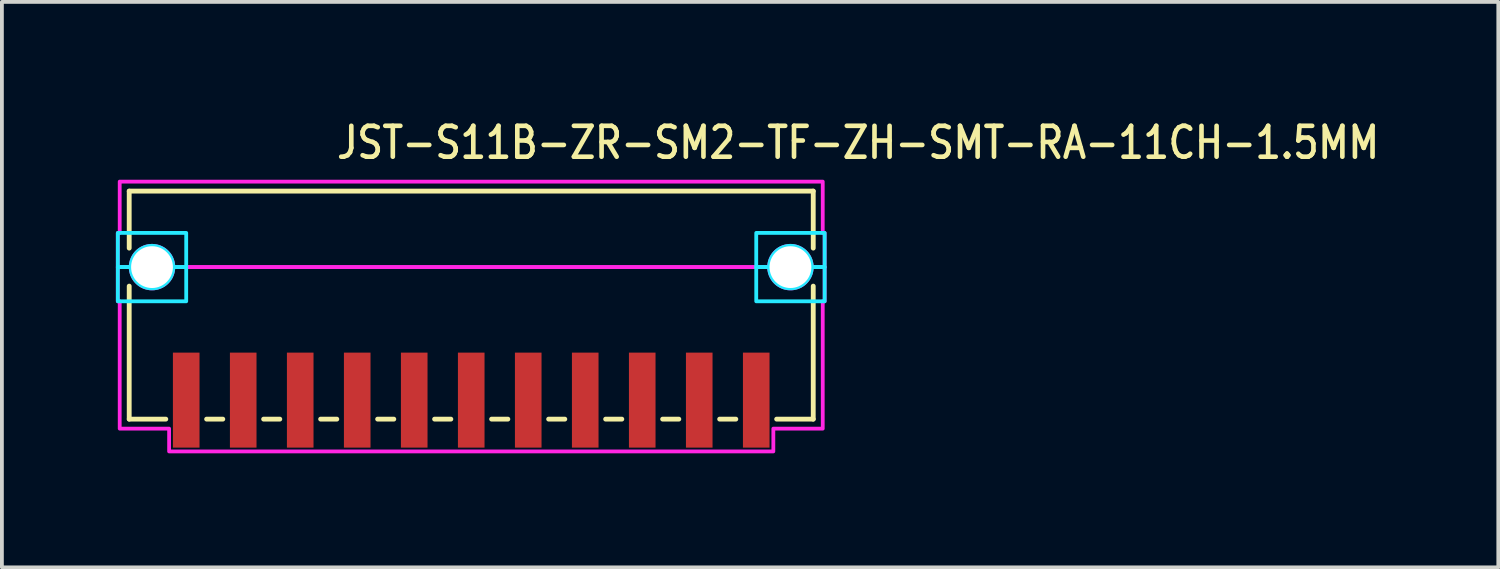
<source format=kicad_pcb>
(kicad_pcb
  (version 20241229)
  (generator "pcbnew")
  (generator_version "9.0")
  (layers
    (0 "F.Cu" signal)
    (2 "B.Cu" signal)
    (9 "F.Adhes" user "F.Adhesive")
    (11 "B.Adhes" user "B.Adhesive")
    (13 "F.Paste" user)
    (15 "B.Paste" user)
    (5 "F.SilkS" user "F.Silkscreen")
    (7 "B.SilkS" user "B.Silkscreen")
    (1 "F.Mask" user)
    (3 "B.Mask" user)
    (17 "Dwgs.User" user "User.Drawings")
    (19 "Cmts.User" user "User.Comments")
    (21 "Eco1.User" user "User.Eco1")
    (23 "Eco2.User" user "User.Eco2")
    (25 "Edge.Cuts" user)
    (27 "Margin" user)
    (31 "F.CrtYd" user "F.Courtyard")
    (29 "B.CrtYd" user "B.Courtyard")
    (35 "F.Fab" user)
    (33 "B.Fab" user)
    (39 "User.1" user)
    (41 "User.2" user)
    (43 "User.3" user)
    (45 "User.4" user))
  (footprint "JST-S11B-ZR-SM2-TF-ZH-SMT-RA-11CH-1.5MM"
    (layer "F.Cu")
    (at 9.35 3.979)
    (property "Reference" "JST-S11B-ZR-SM2-TF-ZH-SMT-RA-11CH-1.5MM" (at -3.6 -2.8 0) (unlocked yes) (layer "F.SilkS") (effects (font (size 0.813 0.695) (thickness 0.122)) (justify left bottom)))
    (fp_line (start -9 -2) (end -9 -0.5) (stroke (width 0.127) (type solid)) (layer "F.SilkS"))
    (fp_line (start -9 -2) (end 9 -2) (stroke (width 0.127) (type solid)) (layer "F.SilkS"))
    (fp_line (start -9 4) (end -9 0.5) (stroke (width 0.127) (type solid)) (layer "F.SilkS"))
    (fp_line (start -9 4) (end -8.037 4) (stroke (width 0.127) (type solid)) (layer "F.SilkS"))
    (fp_line (start -6.963 4) (end -6.537 4) (stroke (width 0.127) (type solid)) (layer "F.SilkS"))
    (fp_line (start -5.463 4) (end -5.037 4) (stroke (width 0.127) (type solid)) (layer "F.SilkS"))
    (fp_line (start -3.963 4) (end -3.537 4) (stroke (width 0.127) (type solid)) (layer "F.SilkS"))
    (fp_line (start -2.463 4) (end -2.037 4) (stroke (width 0.127) (type solid)) (layer "F.SilkS"))
    (fp_line (start -0.964 4) (end -0.536 4) (stroke (width 0.127) (type solid)) (layer "F.SilkS"))
    (fp_line (start 0.536 4) (end 0.964 4) (stroke (width 0.127) (type solid)) (layer "F.SilkS"))
    (fp_line (start 2.037 4) (end 2.463 4) (stroke (width 0.127) (type solid)) (layer "F.SilkS"))
    (fp_line (start 3.537 4) (end 3.963 4) (stroke (width 0.127) (type solid)) (layer "F.SilkS"))
    (fp_line (start 5.037 4) (end 5.463 4) (stroke (width 0.127) (type solid)) (layer "F.SilkS"))
    (fp_line (start 6.537 4) (end 6.963 4) (stroke (width 0.127) (type solid)) (layer "F.SilkS"))
    (fp_line (start 8.037 4) (end 9 4) (stroke (width 0.127) (type solid)) (layer "F.SilkS"))
    (fp_line (start 9 -0.5) (end 9 -2) (stroke (width 0.127) (type solid)) (layer "F.SilkS"))
    (fp_line (start 9 0.5) (end 9 4) (stroke (width 0.127) (type solid)) (layer "F.SilkS"))
    (fp_poly (pts (xy -7.5 -0.9) (xy -7.5 0) (xy -7.84 0) (xy -7.84 -0.000078) (xy -7.84 -0.009) (xy -7.84 -0.009) (xy -7.84 -0.018) (xy -7.84 -0.018) (xy -7.841 -0.026) (xy -7.841 -0.026) (xy -7.841 -0.035) (xy -7.841 -0.035) (xy -7.842 -0.044) (xy -7.842 -0.044) (xy -7.842 -0.053) (xy -7.842 -0.053) (xy -7.843 -0.061) (xy -7.843 -0.062) (xy -7.844 -0.07) (xy -7.844 -0.07) (xy -7.846 -0.079) (xy -7.846 -0.079) (xy -7.847 -0.088) (xy -7.847 -0.088) (xy -7.848 -0.096) (xy -7.848 -0.096) (xy -7.85 -0.105) (xy -7.85 -0.105) (xy -7.852 -0.113) (xy -7.852 -0.114) (xy -7.853 -0.122) (xy -7.854 -0.122) (xy -7.855 -0.131) (xy -7.855 -0.131) (xy -7.858 -0.139) (xy -7.858 -0.139) (xy -7.86 -0.148) (xy -7.86 -0.148) (xy -7.862 -0.156) (xy -7.862 -0.156) (xy -7.865 -0.165) (xy -7.865 -0.165) (xy -7.867 -0.173) (xy -7.867 -0.173) (xy -7.87 -0.181) (xy -7.87 -0.181) (xy -7.873 -0.19) (xy -7.873 -0.19) (xy -7.876 -0.198) (xy -7.876 -0.198) (xy -7.879 -0.206) (xy -7.879 -0.206) (xy -7.883 -0.214) (xy -7.883 -0.214) (xy -7.886 -0.222) (xy -7.886 -0.222) (xy -7.89 -0.23) (xy -7.89 -0.231) (xy -7.893 -0.238) (xy -7.893 -0.239) (xy -7.897 -0.246) (xy -7.897 -0.246) (xy -7.901 -0.254) (xy -7.901 -0.254) (xy -7.905 -0.262) (xy -7.905 -0.262) (xy -7.909 -0.27) (xy -7.909 -0.27) (xy -7.914 -0.277) (xy -7.914 -0.278) (xy -7.918 -0.285) (xy -7.918 -0.285) (xy -7.922 -0.293) (xy -7.923 -0.293) (xy -7.927 -0.3) (xy -7.927 -0.3) (xy -7.932 -0.307) (xy -7.932 -0.308) (xy -7.937 -0.315) (xy -7.937 -0.315) (xy -7.942 -0.322) (xy -7.942 -0.322) (xy -7.947 -0.329) (xy -7.947 -0.329) (xy -7.952 -0.336) (xy -7.952 -0.336) (xy -7.957 -0.343) (xy -7.958 -0.343) (xy -7.963 -0.35) (xy -7.963 -0.35) (xy -7.968 -0.357) (xy -7.969 -0.357) (xy -7.974 -0.364) (xy -7.974 -0.364) (xy -7.98 -0.37) (xy -7.98 -0.37) (xy -7.986 -0.377) (xy -7.986 -0.377) (xy -7.992 -0.383) (xy -7.992 -0.383) (xy -7.998 -0.39) (xy -7.998 -0.39) (xy -8.004 -0.396) (xy -8.004 -0.396) (xy -8.01 -0.402) (xy -8.01 -0.402) (xy -8.017 -0.408) (xy -8.017 -0.408) (xy -8.023 -0.414) (xy -8.023 -0.414) (xy -8.03 -0.42) (xy -8.03 -0.42) (xy -8.036 -0.426) (xy -8.036 -0.426) (xy -8.043 -0.431) (xy -8.043 -0.432) (xy -8.05 -0.437) (xy -8.05 -0.437) (xy -8.057 -0.442) (xy -8.057 -0.443) (xy -8.064 -0.448) (xy -8.064 -0.448) (xy -8.071 -0.453) (xy -8.071 -0.453) (xy -8.078 -0.458) (xy -8.078 -0.458) (xy -8.085 -0.463) (xy -8.085 -0.463) (xy -8.092 -0.468) (xy -8.093 -0.468) (xy -8.1 -0.473) (xy -8.1 -0.473) (xy -8.107 -0.477) (xy -8.107 -0.478) (xy -8.115 -0.482) (xy -8.115 -0.482) (xy -8.122 -0.486) (xy -8.123 -0.486) (xy -8.13 -0.491) (xy -8.13 -0.491) (xy -8.138 -0.495) (xy -8.138 -0.495) (xy -8.146 -0.499) (xy -8.146 -0.499) (xy -8.154 -0.503) (xy -8.154 -0.503) (xy -8.161 -0.507) (xy -8.162 -0.507) (xy -8.169 -0.51) (xy -8.17 -0.51) (xy -8.178 -0.514) (xy -8.178 -0.514) (xy -8.186 -0.517) (xy -8.186 -0.517) (xy -8.194 -0.521) (xy -8.194 -0.521) (xy -8.202 -0.524) (xy -8.202 -0.524) (xy -8.21 -0.527) (xy -8.21 -0.527) (xy -8.219 -0.53) (xy -8.219 -0.53) (xy -8.227 -0.533) (xy -8.227 -0.533) (xy -8.235 -0.535) (xy -8.235 -0.535) (xy -8.244 -0.538) (xy -8.244 -0.538) (xy -8.252 -0.54) (xy -8.252 -0.54) (xy -8.261 -0.542) (xy -8.261 -0.542) (xy -8.269 -0.545) (xy -8.269 -0.545) (xy -8.278 -0.546) (xy -8.278 -0.547) (xy -8.286 -0.548) (xy -8.287 -0.548) (xy -8.295 -0.55) (xy -8.295 -0.55) (xy -8.304 -0.552) (xy -8.304 -0.552) (xy -8.312 -0.553) (xy -8.312 -0.553) (xy -8.321 -0.554) (xy -8.321 -0.554) (xy -8.33 -0.556) (xy -8.33 -0.556) (xy -8.338 -0.557) (xy -8.339 -0.557) (xy -8.347 -0.558) (xy -8.347 -0.558) (xy -8.356 -0.558) (xy -8.356 -0.558) (xy -8.365 -0.559) (xy -8.365 -0.559) (xy -8.374 -0.559) (xy -8.374 -0.559) (xy -8.382 -0.56) (xy -8.382 -0.56) (xy -8.391 -0.56) (xy -8.391 -0.56) (xy -8.4 -0.56) (xy -8.4 -0.56) (xy -8.409 -0.56) (xy -8.409 -0.56) (xy -8.418 -0.56) (xy -8.418 -0.56) (xy -8.426 -0.559) (xy -8.426 -0.559) (xy -8.435 -0.559) (xy -8.435 -0.559) (xy -8.444 -0.558) (xy -8.444 -0.558) (xy -8.453 -0.558) (xy -8.453 -0.558) (xy -8.461 -0.557) (xy -8.462 -0.557) (xy -8.47 -0.556) (xy -8.47 -0.556) (xy -8.479 -0.554) (xy -8.479 -0.554) (xy -8.488 -0.553) (xy -8.488 -0.553) (xy -8.496 -0.552) (xy -8.496 -0.552) (xy -8.505 -0.55) (xy -8.505 -0.55) (xy -8.513 -0.548) (xy -8.514 -0.548) (xy -8.522 -0.547) (xy -8.522 -0.546) (xy -8.531 -0.545) (xy -8.531 -0.545) (xy -8.539 -0.542) (xy -8.539 -0.542) (xy -8.548 -0.54) (xy -8.548 -0.54) (xy -8.556 -0.538) (xy -8.556 -0.538) (xy -8.565 -0.535) (xy -8.565 -0.535) (xy -8.573 -0.533) (xy -8.573 -0.533) (xy -8.581 -0.53) (xy -8.581 -0.53) (xy -8.59 -0.527) (xy -8.59 -0.527) (xy -8.598 -0.524) (xy -8.598 -0.524) (xy -8.606 -0.521) (xy -8.606 -0.521) (xy -8.614 -0.517) (xy -8.614 -0.517) (xy -8.622 -0.514) (xy -8.622 -0.514) (xy -8.63 -0.51) (xy -8.631 -0.51) (xy -8.638 -0.507) (xy -8.639 -0.507) (xy -8.646 -0.503) (xy -8.646 -0.503) (xy -8.654 -0.499) (xy -8.654 -0.499) (xy -8.662 -0.495) (xy -8.662 -0.495) (xy -8.67 -0.491) (xy -8.67 -0.491) (xy -8.677 -0.486) (xy -8.678 -0.486) (xy -8.685 -0.482) (xy -8.685 -0.482) (xy -8.693 -0.478) (xy -8.693 -0.477) (xy -8.7 -0.473) (xy -8.7 -0.473) (xy -8.707 -0.468) (xy -8.708 -0.468) (xy -8.715 -0.463) (xy -8.715 -0.463) (xy -8.722 -0.458) (xy -8.722 -0.458) (xy -8.729 -0.453) (xy -8.729 -0.453) (xy -8.736 -0.448) (xy -8.736 -0.448) (xy -8.743 -0.443) (xy -8.743 -0.442) (xy -8.75 -0.437) (xy -8.75 -0.437) (xy -8.757 -0.432) (xy -8.757 -0.431) (xy -8.764 -0.426) (xy -8.764 -0.426) (xy -8.77 -0.42) (xy -8.77 -0.42) (xy -8.777 -0.414) (xy -8.777 -0.414) (xy -8.783 -0.408) (xy -8.783 -0.408) (xy -8.79 -0.402) (xy -8.79 -0.402) (xy -8.796 -0.396) (xy -8.796 -0.396) (xy -8.802 -0.39) (xy -8.802 -0.39) (xy -8.808 -0.383) (xy -8.808 -0.383) (xy -8.814 -0.377) (xy -8.814 -0.377) (xy -8.82 -0.37) (xy -8.82 -0.37) (xy -8.826 -0.364) (xy -8.826 -0.364) (xy -8.831 -0.357) (xy -8.832 -0.357) (xy -8.837 -0.35) (xy -8.837 -0.35) (xy -8.842 -0.343) (xy -8.843 -0.343) (xy -8.848 -0.336) (xy -8.848 -0.336) (xy -8.853 -0.329) (xy -8.853 -0.329) (xy -8.858 -0.322) (xy -8.858 -0.322) (xy -8.863 -0.315) (xy -8.863 -0.315) (xy -8.868 -0.308) (xy -8.868 -0.307) (xy -8.873 -0.3) (xy -8.873 -0.3) (xy -8.877 -0.293) (xy -8.878 -0.293) (xy -8.882 -0.285) (xy -8.882 -0.285) (xy -8.886 -0.278) (xy -8.886 -0.277) (xy -8.891 -0.27) (xy -8.891 -0.27) (xy -8.895 -0.262) (xy -8.895 -0.262) (xy -8.899 -0.254) (xy -8.899 -0.254) (xy -8.903 -0.246) (xy -8.903 -0.246) (xy -8.907 -0.239) (xy -8.907 -0.238) (xy -8.91 -0.231) (xy -8.91 -0.23) (xy -8.914 -0.222) (xy -8.914 -0.222) (xy -8.917 -0.214) (xy -8.917 -0.214) (xy -8.921 -0.206) (xy -8.921 -0.206) (xy -8.924 -0.198) (xy -8.924 -0.198) (xy -8.927 -0.19) (xy -8.927 -0.19) (xy -8.93 -0.181) (xy -8.93 -0.181) (xy -8.933 -0.173) (xy -8.933 -0.173) (xy -8.935 -0.165) (xy -8.935 -0.165) (xy -8.938 -0.156) (xy -8.938 -0.156) (xy -8.94 -0.148) (xy -8.94 -0.148) (xy -8.942 -0.139) (xy -8.942 -0.139) (xy -8.945 -0.131) (xy -8.945 -0.131) (xy -8.946 -0.122) (xy -8.947 -0.122) (xy -8.948 -0.114) (xy -8.948 -0.113) (xy -8.95 -0.105) (xy -8.95 -0.105) (xy -8.952 -0.096) (xy -8.952 -0.096) (xy -8.953 -0.088) (xy -8.953 -0.088) (xy -8.954 -0.079) (xy -8.954 -0.079) (xy -8.956 -0.07) (xy -8.956 -0.07) (xy -8.957 -0.062) (xy -8.957 -0.061) (xy -8.958 -0.053) (xy -8.958 -0.053) (xy -8.958 -0.044) (xy -8.958 -0.044) (xy -8.959 -0.035) (xy -8.959 -0.035) (xy -8.959 -0.026) (xy -8.959 -0.026) (xy -8.96 -0.018) (xy -8.96 -0.018) (xy -8.96 -0.009) (xy -8.96 -0.009) (xy -8.96 -0.000078) (xy -8.96 0) (xy -9.3 0) (xy -9.3 -0.9)) (stroke (width 0.1) (type solid)) (fill no) (layer "B.CrtYd"))
    (fp_poly (pts (xy -7.5 0) (xy -7.5 0.9) (xy -9.3 0.9) (xy -9.3 0) (xy -8.96 0) (xy -8.96 0.000078) (xy -8.96 0.009) (xy -8.96 0.009) (xy -8.96 0.018) (xy -8.96 0.018) (xy -8.959 0.026) (xy -8.959 0.026) (xy -8.959 0.035) (xy -8.959 0.035) (xy -8.958 0.044) (xy -8.958 0.044) (xy -8.958 0.053) (xy -8.958 0.053) (xy -8.957 0.061) (xy -8.957 0.062) (xy -8.956 0.07) (xy -8.956 0.07) (xy -8.954 0.079) (xy -8.954 0.079) (xy -8.953 0.088) (xy -8.953 0.088) (xy -8.952 0.096) (xy -8.952 0.096) (xy -8.95 0.105) (xy -8.95 0.105) (xy -8.948 0.113) (xy -8.948 0.114) (xy -8.947 0.122) (xy -8.946 0.122) (xy -8.945 0.131) (xy -8.945 0.131) (xy -8.942 0.139) (xy -8.942 0.139) (xy -8.94 0.148) (xy -8.94 0.148) (xy -8.938 0.156) (xy -8.938 0.156) (xy -8.935 0.165) (xy -8.935 0.165) (xy -8.933 0.173) (xy -8.933 0.173) (xy -8.93 0.181) (xy -8.93 0.181) (xy -8.927 0.19) (xy -8.927 0.19) (xy -8.924 0.198) (xy -8.924 0.198) (xy -8.921 0.206) (xy -8.921 0.206) (xy -8.917 0.214) (xy -8.917 0.214) (xy -8.914 0.222) (xy -8.914 0.222) (xy -8.91 0.23) (xy -8.91 0.231) (xy -8.907 0.238) (xy -8.907 0.239) (xy -8.903 0.246) (xy -8.903 0.246) (xy -8.899 0.254) (xy -8.899 0.254) (xy -8.895 0.262) (xy -8.895 0.262) (xy -8.891 0.27) (xy -8.891 0.27) (xy -8.886 0.277) (xy -8.886 0.278) (xy -8.882 0.285) (xy -8.882 0.285) (xy -8.878 0.293) (xy -8.877 0.293) (xy -8.873 0.3) (xy -8.873 0.3) (xy -8.868 0.307) (xy -8.868 0.308) (xy -8.863 0.315) (xy -8.863 0.315) (xy -8.858 0.322) (xy -8.858 0.322) (xy -8.853 0.329) (xy -8.853 0.329) (xy -8.848 0.336) (xy -8.848 0.336) (xy -8.843 0.343) (xy -8.842 0.343) (xy -8.837 0.35) (xy -8.837 0.35) (xy -8.832 0.357) (xy -8.831 0.357) (xy -8.826 0.364) (xy -8.826 0.364) (xy -8.82 0.37) (xy -8.82 0.37) (xy -8.814 0.377) (xy -8.814 0.377) (xy -8.808 0.383) (xy -8.808 0.383) (xy -8.802 0.39) (xy -8.802 0.39) (xy -8.796 0.396) (xy -8.796 0.396) (xy -8.79 0.402) (xy -8.79 0.402) (xy -8.783 0.408) (xy -8.783 0.408) (xy -8.777 0.414) (xy -8.777 0.414) (xy -8.77 0.42) (xy -8.77 0.42) (xy -8.764 0.426) (xy -8.764 0.426) (xy -8.757 0.431) (xy -8.757 0.432) (xy -8.75 0.437) (xy -8.75 0.437) (xy -8.743 0.442) (xy -8.743 0.443) (xy -8.736 0.448) (xy -8.736 0.448) (xy -8.729 0.453) (xy -8.729 0.453) (xy -8.722 0.458) (xy -8.722 0.458) (xy -8.715 0.463) (xy -8.715 0.463) (xy -8.708 0.468) (xy -8.707 0.468) (xy -8.7 0.473) (xy -8.7 0.473) (xy -8.693 0.477) (xy -8.693 0.478) (xy -8.685 0.482) (xy -8.685 0.482) (xy -8.678 0.486) (xy -8.677 0.486) (xy -8.67 0.491) (xy -8.67 0.491) (xy -8.662 0.495) (xy -8.662 0.495) (xy -8.654 0.499) (xy -8.654 0.499) (xy -8.646 0.503) (xy -8.646 0.503) (xy -8.639 0.507) (xy -8.638 0.507) (xy -8.631 0.51) (xy -8.63 0.51) (xy -8.622 0.514) (xy -8.622 0.514) (xy -8.614 0.517) (xy -8.614 0.517) (xy -8.606 0.521) (xy -8.606 0.521) (xy -8.598 0.524) (xy -8.598 0.524) (xy -8.59 0.527) (xy -8.59 0.527) (xy -8.581 0.53) (xy -8.581 0.53) (xy -8.573 0.533) (xy -8.573 0.533) (xy -8.565 0.535) (xy -8.565 0.535) (xy -8.556 0.538) (xy -8.556 0.538) (xy -8.548 0.54) (xy -8.548 0.54) (xy -8.539 0.542) (xy -8.539 0.542) (xy -8.531 0.545) (xy -8.531 0.545) (xy -8.522 0.546) (xy -8.522 0.547) (xy -8.514 0.548) (xy -8.513 0.548) (xy -8.505 0.55) (xy -8.505 0.55) (xy -8.496 0.552) (xy -8.496 0.552) (xy -8.488 0.553) (xy -8.488 0.553) (xy -8.479 0.554) (xy -8.479 0.554) (xy -8.47 0.556) (xy -8.47 0.556) (xy -8.462 0.557) (xy -8.461 0.557) (xy -8.453 0.558) (xy -8.453 0.558) (xy -8.444 0.558) (xy -8.444 0.558) (xy -8.435 0.559) (xy -8.435 0.559) (xy -8.426 0.559) (xy -8.426 0.559) (xy -8.418 0.56) (xy -8.418 0.56) (xy -8.409 0.56) (xy -8.409 0.56) (xy -8.4 0.56) (xy -8.4 0.56) (xy -8.391 0.56) (xy -8.391 0.56) (xy -8.382 0.56) (xy -8.382 0.56) (xy -8.374 0.559) (xy -8.374 0.559) (xy -8.365 0.559) (xy -8.365 0.559) (xy -8.356 0.558) (xy -8.356 0.558) (xy -8.347 0.558) (xy -8.347 0.558) (xy -8.339 0.557) (xy -8.338 0.557) (xy -8.33 0.556) (xy -8.33 0.556) (xy -8.321 0.554) (xy -8.321 0.554) (xy -8.312 0.553) (xy -8.312 0.553) (xy -8.304 0.552) (xy -8.304 0.552) (xy -8.295 0.55) (xy -8.295 0.55) (xy -8.287 0.548) (xy -8.286 0.548) (xy -8.278 0.547) (xy -8.278 0.546) (xy -8.269 0.545) (xy -8.269 0.545) (xy -8.261 0.542) (xy -8.261 0.542) (xy -8.252 0.54) (xy -8.252 0.54) (xy -8.244 0.538) (xy -8.244 0.538) (xy -8.235 0.535) (xy -8.235 0.535) (xy -8.227 0.533) (xy -8.227 0.533) (xy -8.219 0.53) (xy -8.219 0.53) (xy -8.21 0.527) (xy -8.21 0.527) (xy -8.202 0.524) (xy -8.202 0.524) (xy -8.194 0.521) (xy -8.194 0.521) (xy -8.186 0.517) (xy -8.186 0.517) (xy -8.178 0.514) (xy -8.178 0.514) (xy -8.17 0.51) (xy -8.169 0.51) (xy -8.162 0.507) (xy -8.161 0.507) (xy -8.154 0.503) (xy -8.154 0.503) (xy -8.146 0.499) (xy -8.146 0.499) (xy -8.138 0.495) (xy -8.138 0.495) (xy -8.13 0.491) (xy -8.13 0.491) (xy -8.123 0.486) (xy -8.122 0.486) (xy -8.115 0.482) (xy -8.115 0.482) (xy -8.107 0.478) (xy -8.107 0.477) (xy -8.1 0.473) (xy -8.1 0.473) (xy -8.093 0.468) (xy -8.092 0.468) (xy -8.085 0.463) (xy -8.085 0.463) (xy -8.078 0.458) (xy -8.078 0.458) (xy -8.071 0.453) (xy -8.071 0.453) (xy -8.064 0.448) (xy -8.064 0.448) (xy -8.057 0.443) (xy -8.057 0.442) (xy -8.05 0.437) (xy -8.05 0.437) (xy -8.043 0.432) (xy -8.043 0.431) (xy -8.036 0.426) (xy -8.036 0.426) (xy -8.03 0.42) (xy -8.03 0.42) (xy -8.023 0.414) (xy -8.023 0.414) (xy -8.017 0.408) (xy -8.017 0.408) (xy -8.01 0.402) (xy -8.01 0.402) (xy -8.004 0.396) (xy -8.004 0.396) (xy -7.998 0.39) (xy -7.998 0.39) (xy -7.992 0.383) (xy -7.992 0.383) (xy -7.986 0.377) (xy -7.986 0.377) (xy -7.98 0.37) (xy -7.98 0.37) (xy -7.974 0.364) (xy -7.974 0.364) (xy -7.969 0.357) (xy -7.968 0.357) (xy -7.963 0.35) (xy -7.963 0.35) (xy -7.958 0.343) (xy -7.957 0.343) (xy -7.952 0.336) (xy -7.952 0.336) (xy -7.947 0.329) (xy -7.947 0.329) (xy -7.942 0.322) (xy -7.942 0.322) (xy -7.937 0.315) (xy -7.937 0.315) (xy -7.932 0.308) (xy -7.932 0.307) (xy -7.927 0.3) (xy -7.927 0.3) (xy -7.923 0.293) (xy -7.922 0.293) (xy -7.918 0.285) (xy -7.918 0.285) (xy -7.914 0.278) (xy -7.914 0.277) (xy -7.909 0.27) (xy -7.909 0.27) (xy -7.905 0.262) (xy -7.905 0.262) (xy -7.901 0.254) (xy -7.901 0.254) (xy -7.897 0.246) (xy -7.897 0.246) (xy -7.893 0.239) (xy -7.893 0.238) (xy -7.89 0.231) (xy -7.89 0.23) (xy -7.886 0.222) (xy -7.886 0.222) (xy -7.883 0.214) (xy -7.883 0.214) (xy -7.879 0.206) (xy -7.879 0.206) (xy -7.876 0.198) (xy -7.876 0.198) (xy -7.873 0.19) (xy -7.873 0.19) (xy -7.87 0.181) (xy -7.87 0.181) (xy -7.867 0.173) (xy -7.867 0.173) (xy -7.865 0.165) (xy -7.865 0.165) (xy -7.862 0.156) (xy -7.862 0.156) (xy -7.86 0.148) (xy -7.86 0.148) (xy -7.858 0.139) (xy -7.858 0.139) (xy -7.855 0.131) (xy -7.855 0.131) (xy -7.854 0.122) (xy -7.853 0.122) (xy -7.852 0.114) (xy -7.852 0.113) (xy -7.85 0.105) (xy -7.85 0.105) (xy -7.848 0.096) (xy -7.848 0.096) (xy -7.847 0.088) (xy -7.847 0.088) (xy -7.846 0.079) (xy -7.846 0.079) (xy -7.844 0.07) (xy -7.844 0.07) (xy -7.843 0.062) (xy -7.843 0.061) (xy -7.842 0.053) (xy -7.842 0.053) (xy -7.842 0.044) (xy -7.842 0.044) (xy -7.841 0.035) (xy -7.841 0.035) (xy -7.841 0.026) (xy -7.841 0.026) (xy -7.84 0.018) (xy -7.84 0.018) (xy -7.84 0.009) (xy -7.84 0.009) (xy -7.84 0.000078) (xy -7.84 0)) (stroke (width 0.1) (type solid)) (fill no) (layer "B.CrtYd"))
    (fp_poly (pts (xy 7.5 0) (xy 7.5 -0.9) (xy 9.3 -0.9) (xy 9.3 0) (xy 8.96 0) (xy 8.96 -0.000078) (xy 8.96 -0.009) (xy 8.96 -0.009) (xy 8.96 -0.018) (xy 8.96 -0.018) (xy 8.959 -0.026) (xy 8.959 -0.026) (xy 8.959 -0.035) (xy 8.959 -0.035) (xy 8.958 -0.044) (xy 8.958 -0.044) (xy 8.958 -0.053) (xy 8.958 -0.053) (xy 8.957 -0.061) (xy 8.957 -0.062) (xy 8.956 -0.07) (xy 8.956 -0.07) (xy 8.954 -0.079) (xy 8.954 -0.079) (xy 8.953 -0.088) (xy 8.953 -0.088) (xy 8.952 -0.096) (xy 8.952 -0.096) (xy 8.95 -0.105) (xy 8.95 -0.105) (xy 8.948 -0.113) (xy 8.948 -0.114) (xy 8.947 -0.122) (xy 8.946 -0.122) (xy 8.945 -0.131) (xy 8.945 -0.131) (xy 8.942 -0.139) (xy 8.942 -0.139) (xy 8.94 -0.148) (xy 8.94 -0.148) (xy 8.938 -0.156) (xy 8.938 -0.156) (xy 8.935 -0.165) (xy 8.935 -0.165) (xy 8.933 -0.173) (xy 8.933 -0.173) (xy 8.93 -0.181) (xy 8.93 -0.181) (xy 8.927 -0.19) (xy 8.927 -0.19) (xy 8.924 -0.198) (xy 8.924 -0.198) (xy 8.921 -0.206) (xy 8.921 -0.206) (xy 8.917 -0.214) (xy 8.917 -0.214) (xy 8.914 -0.222) (xy 8.914 -0.222) (xy 8.91 -0.23) (xy 8.91 -0.231) (xy 8.907 -0.238) (xy 8.907 -0.239) (xy 8.903 -0.246) (xy 8.903 -0.246) (xy 8.899 -0.254) (xy 8.899 -0.254) (xy 8.895 -0.262) (xy 8.895 -0.262) (xy 8.891 -0.27) (xy 8.891 -0.27) (xy 8.886 -0.277) (xy 8.886 -0.278) (xy 8.882 -0.285) (xy 8.882 -0.285) (xy 8.878 -0.293) (xy 8.877 -0.293) (xy 8.873 -0.3) (xy 8.873 -0.3) (xy 8.868 -0.307) (xy 8.868 -0.308) (xy 8.863 -0.315) (xy 8.863 -0.315) (xy 8.858 -0.322) (xy 8.858 -0.322) (xy 8.853 -0.329) (xy 8.853 -0.329) (xy 8.848 -0.336) (xy 8.848 -0.336) (xy 8.843 -0.343) (xy 8.842 -0.343) (xy 8.837 -0.35) (xy 8.837 -0.35) (xy 8.832 -0.357) (xy 8.831 -0.357) (xy 8.826 -0.364) (xy 8.826 -0.364) (xy 8.82 -0.37) (xy 8.82 -0.37) (xy 8.814 -0.377) (xy 8.814 -0.377) (xy 8.808 -0.383) (xy 8.808 -0.383) (xy 8.802 -0.39) (xy 8.802 -0.39) (xy 8.796 -0.396) (xy 8.796 -0.396) (xy 8.79 -0.402) (xy 8.79 -0.402) (xy 8.783 -0.408) (xy 8.783 -0.408) (xy 8.777 -0.414) (xy 8.777 -0.414) (xy 8.77 -0.42) (xy 8.77 -0.42) (xy 8.764 -0.426) (xy 8.764 -0.426) (xy 8.757 -0.431) (xy 8.757 -0.432) (xy 8.75 -0.437) (xy 8.75 -0.437) (xy 8.743 -0.442) (xy 8.743 -0.443) (xy 8.736 -0.448) (xy 8.736 -0.448) (xy 8.729 -0.453) (xy 8.729 -0.453) (xy 8.722 -0.458) (xy 8.722 -0.458) (xy 8.715 -0.463) (xy 8.715 -0.463) (xy 8.708 -0.468) (xy 8.707 -0.468) (xy 8.7 -0.473) (xy 8.7 -0.473) (xy 8.693 -0.477) (xy 8.693 -0.478) (xy 8.685 -0.482) (xy 8.685 -0.482) (xy 8.678 -0.486) (xy 8.677 -0.486) (xy 8.67 -0.491) (xy 8.67 -0.491) (xy 8.662 -0.495) (xy 8.662 -0.495) (xy 8.654 -0.499) (xy 8.654 -0.499) (xy 8.646 -0.503) (xy 8.646 -0.503) (xy 8.639 -0.507) (xy 8.638 -0.507) (xy 8.631 -0.51) (xy 8.63 -0.51) (xy 8.622 -0.514) (xy 8.622 -0.514) (xy 8.614 -0.517) (xy 8.614 -0.517) (xy 8.606 -0.521) (xy 8.606 -0.521) (xy 8.598 -0.524) (xy 8.598 -0.524) (xy 8.59 -0.527) (xy 8.59 -0.527) (xy 8.581 -0.53) (xy 8.581 -0.53) (xy 8.573 -0.533) (xy 8.573 -0.533) (xy 8.565 -0.535) (xy 8.565 -0.535) (xy 8.556 -0.538) (xy 8.556 -0.538) (xy 8.548 -0.54) (xy 8.548 -0.54) (xy 8.539 -0.542) (xy 8.539 -0.542) (xy 8.531 -0.545) (xy 8.531 -0.545) (xy 8.522 -0.546) (xy 8.522 -0.547) (xy 8.514 -0.548) (xy 8.513 -0.548) (xy 8.505 -0.55) (xy 8.505 -0.55) (xy 8.496 -0.552) (xy 8.496 -0.552) (xy 8.488 -0.553) (xy 8.488 -0.553) (xy 8.479 -0.554) (xy 8.479 -0.554) (xy 8.47 -0.556) (xy 8.47 -0.556) (xy 8.462 -0.557) (xy 8.461 -0.557) (xy 8.453 -0.558) (xy 8.453 -0.558) (xy 8.444 -0.558) (xy 8.444 -0.558) (xy 8.435 -0.559) (xy 8.435 -0.559) (xy 8.426 -0.559) (xy 8.426 -0.559) (xy 8.418 -0.56) (xy 8.418 -0.56) (xy 8.409 -0.56) (xy 8.409 -0.56) (xy 8.4 -0.56) (xy 8.4 -0.56) (xy 8.391 -0.56) (xy 8.391 -0.56) (xy 8.382 -0.56) (xy 8.382 -0.56) (xy 8.374 -0.559) (xy 8.374 -0.559) (xy 8.365 -0.559) (xy 8.365 -0.559) (xy 8.356 -0.558) (xy 8.356 -0.558) (xy 8.347 -0.558) (xy 8.347 -0.558) (xy 8.339 -0.557) (xy 8.338 -0.557) (xy 8.33 -0.556) (xy 8.33 -0.556) (xy 8.321 -0.554) (xy 8.321 -0.554) (xy 8.312 -0.553) (xy 8.312 -0.553) (xy 8.304 -0.552) (xy 8.304 -0.552) (xy 8.295 -0.55) (xy 8.295 -0.55) (xy 8.287 -0.548) (xy 8.286 -0.548) (xy 8.278 -0.547) (xy 8.278 -0.546) (xy 8.269 -0.545) (xy 8.269 -0.545) (xy 8.261 -0.542) (xy 8.261 -0.542) (xy 8.252 -0.54) (xy 8.252 -0.54) (xy 8.244 -0.538) (xy 8.244 -0.538) (xy 8.235 -0.535) (xy 8.235 -0.535) (xy 8.227 -0.533) (xy 8.227 -0.533) (xy 8.219 -0.53) (xy 8.219 -0.53) (xy 8.21 -0.527) (xy 8.21 -0.527) (xy 8.202 -0.524) (xy 8.202 -0.524) (xy 8.194 -0.521) (xy 8.194 -0.521) (xy 8.186 -0.517) (xy 8.186 -0.517) (xy 8.178 -0.514) (xy 8.178 -0.514) (xy 8.17 -0.51) (xy 8.169 -0.51) (xy 8.162 -0.507) (xy 8.161 -0.507) (xy 8.154 -0.503) (xy 8.154 -0.503) (xy 8.146 -0.499) (xy 8.146 -0.499) (xy 8.138 -0.495) (xy 8.138 -0.495) (xy 8.13 -0.491) (xy 8.13 -0.491) (xy 8.123 -0.486) (xy 8.122 -0.486) (xy 8.115 -0.482) (xy 8.115 -0.482) (xy 8.107 -0.478) (xy 8.107 -0.477) (xy 8.1 -0.473) (xy 8.1 -0.473) (xy 8.093 -0.468) (xy 8.092 -0.468) (xy 8.085 -0.463) (xy 8.085 -0.463) (xy 8.078 -0.458) (xy 8.078 -0.458) (xy 8.071 -0.453) (xy 8.071 -0.453) (xy 8.064 -0.448) (xy 8.064 -0.448) (xy 8.057 -0.443) (xy 8.057 -0.442) (xy 8.05 -0.437) (xy 8.05 -0.437) (xy 8.043 -0.432) (xy 8.043 -0.431) (xy 8.036 -0.426) (xy 8.036 -0.426) (xy 8.03 -0.42) (xy 8.03 -0.42) (xy 8.023 -0.414) (xy 8.023 -0.414) (xy 8.017 -0.408) (xy 8.017 -0.408) (xy 8.01 -0.402) (xy 8.01 -0.402) (xy 8.004 -0.396) (xy 8.004 -0.396) (xy 7.998 -0.39) (xy 7.998 -0.39) (xy 7.992 -0.383) (xy 7.992 -0.383) (xy 7.986 -0.377) (xy 7.986 -0.377) (xy 7.98 -0.37) (xy 7.98 -0.37) (xy 7.974 -0.364) (xy 7.974 -0.364) (xy 7.969 -0.357) (xy 7.968 -0.357) (xy 7.963 -0.35) (xy 7.963 -0.35) (xy 7.958 -0.343) (xy 7.957 -0.343) (xy 7.952 -0.336) (xy 7.952 -0.336) (xy 7.947 -0.329) (xy 7.947 -0.329) (xy 7.942 -0.322) (xy 7.942 -0.322) (xy 7.937 -0.315) (xy 7.937 -0.315) (xy 7.932 -0.308) (xy 7.932 -0.307) (xy 7.927 -0.3) (xy 7.927 -0.3) (xy 7.923 -0.293) (xy 7.922 -0.293) (xy 7.918 -0.285) (xy 7.918 -0.285) (xy 7.914 -0.278) (xy 7.914 -0.277) (xy 7.909 -0.27) (xy 7.909 -0.27) (xy 7.905 -0.262) (xy 7.905 -0.262) (xy 7.901 -0.254) (xy 7.901 -0.254) (xy 7.897 -0.246) (xy 7.897 -0.246) (xy 7.893 -0.239) (xy 7.893 -0.238) (xy 7.89 -0.231) (xy 7.89 -0.23) (xy 7.886 -0.222) (xy 7.886 -0.222) (xy 7.883 -0.214) (xy 7.883 -0.214) (xy 7.879 -0.206) (xy 7.879 -0.206) (xy 7.876 -0.198) (xy 7.876 -0.198) (xy 7.873 -0.19) (xy 7.873 -0.19) (xy 7.87 -0.181) (xy 7.87 -0.181) (xy 7.867 -0.173) (xy 7.867 -0.173) (xy 7.865 -0.165) (xy 7.865 -0.165) (xy 7.862 -0.156) (xy 7.862 -0.156) (xy 7.86 -0.148) (xy 7.86 -0.148) (xy 7.858 -0.139) (xy 7.858 -0.139) (xy 7.855 -0.131) (xy 7.855 -0.131) (xy 7.854 -0.122) (xy 7.853 -0.122) (xy 7.852 -0.114) (xy 7.852 -0.113) (xy 7.85 -0.105) (xy 7.85 -0.105) (xy 7.848 -0.096) (xy 7.848 -0.096) (xy 7.847 -0.088) (xy 7.847 -0.088) (xy 7.846 -0.079) (xy 7.846 -0.079) (xy 7.844 -0.07) (xy 7.844 -0.07) (xy 7.843 -0.062) (xy 7.843 -0.061) (xy 7.842 -0.053) (xy 7.842 -0.053) (xy 7.842 -0.044) (xy 7.842 -0.044) (xy 7.841 -0.035) (xy 7.841 -0.035) (xy 7.841 -0.026) (xy 7.841 -0.026) (xy 7.84 -0.018) (xy 7.84 -0.018) (xy 7.84 -0.009) (xy 7.84 -0.009) (xy 7.84 -0.000078) (xy 7.84 0)) (stroke (width 0.1) (type solid)) (fill no) (layer "B.CrtYd"))
    (fp_poly (pts (xy 9.3 0.9) (xy 7.5 0.9) (xy 7.5 0) (xy 7.84 0) (xy 7.84 0.000078) (xy 7.84 0.009) (xy 7.84 0.009) (xy 7.84 0.018) (xy 7.84 0.018) (xy 7.841 0.026) (xy 7.841 0.026) (xy 7.841 0.035) (xy 7.841 0.035) (xy 7.842 0.044) (xy 7.842 0.044) (xy 7.842 0.053) (xy 7.842 0.053) (xy 7.843 0.061) (xy 7.843 0.062) (xy 7.844 0.07) (xy 7.844 0.07) (xy 7.846 0.079) (xy 7.846 0.079) (xy 7.847 0.088) (xy 7.847 0.088) (xy 7.848 0.096) (xy 7.848 0.096) (xy 7.85 0.105) (xy 7.85 0.105) (xy 7.852 0.113) (xy 7.852 0.114) (xy 7.853 0.122) (xy 7.854 0.122) (xy 7.855 0.131) (xy 7.855 0.131) (xy 7.858 0.139) (xy 7.858 0.139) (xy 7.86 0.148) (xy 7.86 0.148) (xy 7.862 0.156) (xy 7.862 0.156) (xy 7.865 0.165) (xy 7.865 0.165) (xy 7.867 0.173) (xy 7.867 0.173) (xy 7.87 0.181) (xy 7.87 0.181) (xy 7.873 0.19) (xy 7.873 0.19) (xy 7.876 0.198) (xy 7.876 0.198) (xy 7.879 0.206) (xy 7.879 0.206) (xy 7.883 0.214) (xy 7.883 0.214) (xy 7.886 0.222) (xy 7.886 0.222) (xy 7.89 0.23) (xy 7.89 0.231) (xy 7.893 0.238) (xy 7.893 0.239) (xy 7.897 0.246) (xy 7.897 0.246) (xy 7.901 0.254) (xy 7.901 0.254) (xy 7.905 0.262) (xy 7.905 0.262) (xy 7.909 0.27) (xy 7.909 0.27) (xy 7.914 0.277) (xy 7.914 0.278) (xy 7.918 0.285) (xy 7.918 0.285) (xy 7.922 0.293) (xy 7.923 0.293) (xy 7.927 0.3) (xy 7.927 0.3) (xy 7.932 0.307) (xy 7.932 0.308) (xy 7.937 0.315) (xy 7.937 0.315) (xy 7.942 0.322) (xy 7.942 0.322) (xy 7.947 0.329) (xy 7.947 0.329) (xy 7.952 0.336) (xy 7.952 0.336) (xy 7.957 0.343) (xy 7.958 0.343) (xy 7.963 0.35) (xy 7.963 0.35) (xy 7.968 0.357) (xy 7.969 0.357) (xy 7.974 0.364) (xy 7.974 0.364) (xy 7.98 0.37) (xy 7.98 0.37) (xy 7.986 0.377) (xy 7.986 0.377) (xy 7.992 0.383) (xy 7.992 0.383) (xy 7.998 0.39) (xy 7.998 0.39) (xy 8.004 0.396) (xy 8.004 0.396) (xy 8.01 0.402) (xy 8.01 0.402) (xy 8.017 0.408) (xy 8.017 0.408) (xy 8.023 0.414) (xy 8.023 0.414) (xy 8.03 0.42) (xy 8.03 0.42) (xy 8.036 0.426) (xy 8.036 0.426) (xy 8.043 0.431) (xy 8.043 0.432) (xy 8.05 0.437) (xy 8.05 0.437) (xy 8.057 0.442) (xy 8.057 0.443) (xy 8.064 0.448) (xy 8.064 0.448) (xy 8.071 0.453) (xy 8.071 0.453) (xy 8.078 0.458) (xy 8.078 0.458) (xy 8.085 0.463) (xy 8.085 0.463) (xy 8.092 0.468) (xy 8.093 0.468) (xy 8.1 0.473) (xy 8.1 0.473) (xy 8.107 0.477) (xy 8.107 0.478) (xy 8.115 0.482) (xy 8.115 0.482) (xy 8.122 0.486) (xy 8.123 0.486) (xy 8.13 0.491) (xy 8.13 0.491) (xy 8.138 0.495) (xy 8.138 0.495) (xy 8.146 0.499) (xy 8.146 0.499) (xy 8.154 0.503) (xy 8.154 0.503) (xy 8.161 0.507) (xy 8.162 0.507) (xy 8.169 0.51) (xy 8.17 0.51) (xy 8.178 0.514) (xy 8.178 0.514) (xy 8.186 0.517) (xy 8.186 0.517) (xy 8.194 0.521) (xy 8.194 0.521) (xy 8.202 0.524) (xy 8.202 0.524) (xy 8.21 0.527) (xy 8.21 0.527) (xy 8.219 0.53) (xy 8.219 0.53) (xy 8.227 0.533) (xy 8.227 0.533) (xy 8.235 0.535) (xy 8.235 0.535) (xy 8.244 0.538) (xy 8.244 0.538) (xy 8.252 0.54) (xy 8.252 0.54) (xy 8.261 0.542) (xy 8.261 0.542) (xy 8.269 0.545) (xy 8.269 0.545) (xy 8.278 0.546) (xy 8.278 0.547) (xy 8.286 0.548) (xy 8.287 0.548) (xy 8.295 0.55) (xy 8.295 0.55) (xy 8.304 0.552) (xy 8.304 0.552) (xy 8.312 0.553) (xy 8.312 0.553) (xy 8.321 0.554) (xy 8.321 0.554) (xy 8.33 0.556) (xy 8.33 0.556) (xy 8.338 0.557) (xy 8.339 0.557) (xy 8.347 0.558) (xy 8.347 0.558) (xy 8.356 0.558) (xy 8.356 0.558) (xy 8.365 0.559) (xy 8.365 0.559) (xy 8.374 0.559) (xy 8.374 0.559) (xy 8.382 0.56) (xy 8.382 0.56) (xy 8.391 0.56) (xy 8.391 0.56) (xy 8.4 0.56) (xy 8.4 0.56) (xy 8.409 0.56) (xy 8.409 0.56) (xy 8.418 0.56) (xy 8.418 0.56) (xy 8.426 0.559) (xy 8.426 0.559) (xy 8.435 0.559) (xy 8.435 0.559) (xy 8.444 0.558) (xy 8.444 0.558) (xy 8.453 0.558) (xy 8.453 0.558) (xy 8.461 0.557) (xy 8.462 0.557) (xy 8.47 0.556) (xy 8.47 0.556) (xy 8.479 0.554) (xy 8.479 0.554) (xy 8.488 0.553) (xy 8.488 0.553) (xy 8.496 0.552) (xy 8.496 0.552) (xy 8.505 0.55) (xy 8.505 0.55) (xy 8.513 0.548) (xy 8.514 0.548) (xy 8.522 0.547) (xy 8.522 0.546) (xy 8.531 0.545) (xy 8.531 0.545) (xy 8.539 0.542) (xy 8.539 0.542) (xy 8.548 0.54) (xy 8.548 0.54) (xy 8.556 0.538) (xy 8.556 0.538) (xy 8.565 0.535) (xy 8.565 0.535) (xy 8.573 0.533) (xy 8.573 0.533) (xy 8.581 0.53) (xy 8.581 0.53) (xy 8.59 0.527) (xy 8.59 0.527) (xy 8.598 0.524) (xy 8.598 0.524) (xy 8.606 0.521) (xy 8.606 0.521) (xy 8.614 0.517) (xy 8.614 0.517) (xy 8.622 0.514) (xy 8.622 0.514) (xy 8.63 0.51) (xy 8.631 0.51) (xy 8.638 0.507) (xy 8.639 0.507) (xy 8.646 0.503) (xy 8.646 0.503) (xy 8.654 0.499) (xy 8.654 0.499) (xy 8.662 0.495) (xy 8.662 0.495) (xy 8.67 0.491) (xy 8.67 0.491) (xy 8.677 0.486) (xy 8.678 0.486) (xy 8.685 0.482) (xy 8.685 0.482) (xy 8.693 0.478) (xy 8.693 0.477) (xy 8.7 0.473) (xy 8.7 0.473) (xy 8.707 0.468) (xy 8.708 0.468) (xy 8.715 0.463) (xy 8.715 0.463) (xy 8.722 0.458) (xy 8.722 0.458) (xy 8.729 0.453) (xy 8.729 0.453) (xy 8.736 0.448) (xy 8.736 0.448) (xy 8.743 0.443) (xy 8.743 0.442) (xy 8.75 0.437) (xy 8.75 0.437) (xy 8.757 0.432) (xy 8.757 0.431) (xy 8.764 0.426) (xy 8.764 0.426) (xy 8.77 0.42) (xy 8.77 0.42) (xy 8.777 0.414) (xy 8.777 0.414) (xy 8.783 0.408) (xy 8.783 0.408) (xy 8.79 0.402) (xy 8.79 0.402) (xy 8.796 0.396) (xy 8.796 0.396) (xy 8.802 0.39) (xy 8.802 0.39) (xy 8.808 0.383) (xy 8.808 0.383) (xy 8.814 0.377) (xy 8.814 0.377) (xy 8.82 0.37) (xy 8.82 0.37) (xy 8.826 0.364) (xy 8.826 0.364) (xy 8.831 0.357) (xy 8.832 0.357) (xy 8.837 0.35) (xy 8.837 0.35) (xy 8.842 0.343) (xy 8.843 0.343) (xy 8.848 0.336) (xy 8.848 0.336) (xy 8.853 0.329) (xy 8.853 0.329) (xy 8.858 0.322) (xy 8.858 0.322) (xy 8.863 0.315) (xy 8.863 0.315) (xy 8.868 0.308) (xy 8.868 0.307) (xy 8.873 0.3) (xy 8.873 0.3) (xy 8.877 0.293) (xy 8.878 0.293) (xy 8.882 0.285) (xy 8.882 0.285) (xy 8.886 0.278) (xy 8.886 0.277) (xy 8.891 0.27) (xy 8.891 0.27) (xy 8.895 0.262) (xy 8.895 0.262) (xy 8.899 0.254) (xy 8.899 0.254) (xy 8.903 0.246) (xy 8.903 0.246) (xy 8.907 0.239) (xy 8.907 0.238) (xy 8.91 0.231) (xy 8.91 0.23) (xy 8.914 0.222) (xy 8.914 0.222) (xy 8.917 0.214) (xy 8.917 0.214) (xy 8.921 0.206) (xy 8.921 0.206) (xy 8.924 0.198) (xy 8.924 0.198) (xy 8.927 0.19) (xy 8.927 0.19) (xy 8.93 0.181) (xy 8.93 0.181) (xy 8.933 0.173) (xy 8.933 0.173) (xy 8.935 0.165) (xy 8.935 0.165) (xy 8.938 0.156) (xy 8.938 0.156) (xy 8.94 0.148) (xy 8.94 0.148) (xy 8.942 0.139) (xy 8.942 0.139) (xy 8.945 0.131) (xy 8.945 0.131) (xy 8.946 0.122) (xy 8.947 0.122) (xy 8.948 0.114) (xy 8.948 0.113) (xy 8.95 0.105) (xy 8.95 0.105) (xy 8.952 0.096) (xy 8.952 0.096) (xy 8.953 0.088) (xy 8.953 0.088) (xy 8.954 0.079) (xy 8.954 0.079) (xy 8.956 0.07) (xy 8.956 0.07) (xy 8.957 0.062) (xy 8.957 0.061) (xy 8.958 0.053) (xy 8.958 0.053) (xy 8.958 0.044) (xy 8.958 0.044) (xy 8.959 0.035) (xy 8.959 0.035) (xy 8.959 0.026) (xy 8.959 0.026) (xy 8.96 0.018) (xy 8.96 0.018) (xy 8.96 0.009) (xy 8.96 0.009) (xy 8.96 0.000078) (xy 8.96 0) (xy 9.3 0)) (stroke (width 0.1) (type solid)) (fill no) (layer "B.CrtYd"))
    (fp_poly (pts (xy 9.25 -2.25) (xy 9.25 -0.9) (xy 9.3 -0.9) (xy 9.3 0) (xy 8.96 0) (xy 8.96 -0.000078) (xy 8.96 -0.009) (xy 8.96 -0.009) (xy 8.96 -0.018) (xy 8.96 -0.018) (xy 8.959 -0.026) (xy 8.959 -0.026) (xy 8.959 -0.035) (xy 8.959 -0.035) (xy 8.958 -0.044) (xy 8.958 -0.044) (xy 8.958 -0.053) (xy 8.958 -0.053) (xy 8.957 -0.061) (xy 8.957 -0.062) (xy 8.956 -0.07) (xy 8.956 -0.07) (xy 8.954 -0.079) (xy 8.954 -0.079) (xy 8.953 -0.088) (xy 8.953 -0.088) (xy 8.952 -0.096) (xy 8.952 -0.096) (xy 8.95 -0.105) (xy 8.95 -0.105) (xy 8.948 -0.113) (xy 8.948 -0.114) (xy 8.947 -0.122) (xy 8.946 -0.122) (xy 8.945 -0.131) (xy 8.945 -0.131) (xy 8.942 -0.139) (xy 8.942 -0.139) (xy 8.94 -0.148) (xy 8.94 -0.148) (xy 8.938 -0.156) (xy 8.938 -0.156) (xy 8.935 -0.165) (xy 8.935 -0.165) (xy 8.933 -0.173) (xy 8.933 -0.173) (xy 8.93 -0.181) (xy 8.93 -0.181) (xy 8.927 -0.19) (xy 8.927 -0.19) (xy 8.924 -0.198) (xy 8.924 -0.198) (xy 8.921 -0.206) (xy 8.921 -0.206) (xy 8.917 -0.214) (xy 8.917 -0.214) (xy 8.914 -0.222) (xy 8.914 -0.222) (xy 8.91 -0.23) (xy 8.91 -0.231) (xy 8.907 -0.238) (xy 8.907 -0.239) (xy 8.903 -0.246) (xy 8.903 -0.246) (xy 8.899 -0.254) (xy 8.899 -0.254) (xy 8.895 -0.262) (xy 8.895 -0.262) (xy 8.891 -0.27) (xy 8.891 -0.27) (xy 8.886 -0.277) (xy 8.886 -0.278) (xy 8.882 -0.285) (xy 8.882 -0.285) (xy 8.878 -0.293) (xy 8.877 -0.293) (xy 8.873 -0.3) (xy 8.873 -0.3) (xy 8.868 -0.307) (xy 8.868 -0.308) (xy 8.863 -0.315) (xy 8.863 -0.315) (xy 8.858 -0.322) (xy 8.858 -0.322) (xy 8.853 -0.329) (xy 8.853 -0.329) (xy 8.848 -0.336) (xy 8.848 -0.336) (xy 8.843 -0.343) (xy 8.842 -0.343) (xy 8.837 -0.35) (xy 8.837 -0.35) (xy 8.832 -0.357) (xy 8.831 -0.357) (xy 8.826 -0.364) (xy 8.826 -0.364) (xy 8.82 -0.37) (xy 8.82 -0.37) (xy 8.814 -0.377) (xy 8.814 -0.377) (xy 8.808 -0.383) (xy 8.808 -0.383) (xy 8.802 -0.39) (xy 8.802 -0.39) (xy 8.796 -0.396) (xy 8.796 -0.396) (xy 8.79 -0.402) (xy 8.79 -0.402) (xy 8.783 -0.408) (xy 8.783 -0.408) (xy 8.777 -0.414) (xy 8.777 -0.414) (xy 8.77 -0.42) (xy 8.77 -0.42) (xy 8.764 -0.426) (xy 8.764 -0.426) (xy 8.757 -0.431) (xy 8.757 -0.432) (xy 8.75 -0.437) (xy 8.75 -0.437) (xy 8.743 -0.442) (xy 8.743 -0.443) (xy 8.736 -0.448) (xy 8.736 -0.448) (xy 8.729 -0.453) (xy 8.729 -0.453) (xy 8.722 -0.458) (xy 8.722 -0.458) (xy 8.715 -0.463) (xy 8.715 -0.463) (xy 8.708 -0.468) (xy 8.707 -0.468) (xy 8.7 -0.473) (xy 8.7 -0.473) (xy 8.693 -0.477) (xy 8.693 -0.478) (xy 8.685 -0.482) (xy 8.685 -0.482) (xy 8.678 -0.486) (xy 8.677 -0.486) (xy 8.67 -0.491) (xy 8.67 -0.491) (xy 8.662 -0.495) (xy 8.662 -0.495) (xy 8.654 -0.499) (xy 8.654 -0.499) (xy 8.646 -0.503) (xy 8.646 -0.503) (xy 8.639 -0.507) (xy 8.638 -0.507) (xy 8.631 -0.51) (xy 8.63 -0.51) (xy 8.622 -0.514) (xy 8.622 -0.514) (xy 8.614 -0.517) (xy 8.614 -0.517) (xy 8.606 -0.521) (xy 8.606 -0.521) (xy 8.598 -0.524) (xy 8.598 -0.524) (xy 8.59 -0.527) (xy 8.59 -0.527) (xy 8.581 -0.53) (xy 8.581 -0.53) (xy 8.573 -0.533) (xy 8.573 -0.533) (xy 8.565 -0.535) (xy 8.565 -0.535) (xy 8.556 -0.538) (xy 8.556 -0.538) (xy 8.548 -0.54) (xy 8.548 -0.54) (xy 8.539 -0.542) (xy 8.539 -0.542) (xy 8.531 -0.545) (xy 8.531 -0.545) (xy 8.522 -0.546) (xy 8.522 -0.547) (xy 8.514 -0.548) (xy 8.513 -0.548) (xy 8.505 -0.55) (xy 8.505 -0.55) (xy 8.496 -0.552) (xy 8.496 -0.552) (xy 8.488 -0.553) (xy 8.488 -0.553) (xy 8.479 -0.554) (xy 8.479 -0.554) (xy 8.47 -0.556) (xy 8.47 -0.556) (xy 8.462 -0.557) (xy 8.461 -0.557) (xy 8.453 -0.558) (xy 8.453 -0.558) (xy 8.444 -0.558) (xy 8.444 -0.558) (xy 8.435 -0.559) (xy 8.435 -0.559) (xy 8.426 -0.559) (xy 8.426 -0.559) (xy 8.418 -0.56) (xy 8.418 -0.56) (xy 8.409 -0.56) (xy 8.409 -0.56) (xy 8.4 -0.56) (xy 8.4 -0.56) (xy 8.391 -0.56) (xy 8.391 -0.56) (xy 8.382 -0.56) (xy 8.382 -0.56) (xy 8.374 -0.559) (xy 8.374 -0.559) (xy 8.365 -0.559) (xy 8.365 -0.559) (xy 8.356 -0.558) (xy 8.356 -0.558) (xy 8.347 -0.558) (xy 8.347 -0.558) (xy 8.339 -0.557) (xy 8.338 -0.557) (xy 8.33 -0.556) (xy 8.33 -0.556) (xy 8.321 -0.554) (xy 8.321 -0.554) (xy 8.312 -0.553) (xy 8.312 -0.553) (xy 8.304 -0.552) (xy 8.304 -0.552) (xy 8.295 -0.55) (xy 8.295 -0.55) (xy 8.287 -0.548) (xy 8.286 -0.548) (xy 8.278 -0.547) (xy 8.278 -0.546) (xy 8.269 -0.545) (xy 8.269 -0.545) (xy 8.261 -0.542) (xy 8.261 -0.542) (xy 8.252 -0.54) (xy 8.252 -0.54) (xy 8.244 -0.538) (xy 8.244 -0.538) (xy 8.235 -0.535) (xy 8.235 -0.535) (xy 8.227 -0.533) (xy 8.227 -0.533) (xy 8.219 -0.53) (xy 8.219 -0.53) (xy 8.21 -0.527) (xy 8.21 -0.527) (xy 8.202 -0.524) (xy 8.202 -0.524) (xy 8.194 -0.521) (xy 8.194 -0.521) (xy 8.186 -0.517) (xy 8.186 -0.517) (xy 8.178 -0.514) (xy 8.178 -0.514) (xy 8.17 -0.51) (xy 8.169 -0.51) (xy 8.162 -0.507) (xy 8.161 -0.507) (xy 8.154 -0.503) (xy 8.154 -0.503) (xy 8.146 -0.499) (xy 8.146 -0.499) (xy 8.138 -0.495) (xy 8.138 -0.495) (xy 8.13 -0.491) (xy 8.13 -0.491) (xy 8.123 -0.486) (xy 8.122 -0.486) (xy 8.115 -0.482) (xy 8.115 -0.482) (xy 8.107 -0.478) (xy 8.107 -0.477) (xy 8.1 -0.473) (xy 8.1 -0.473) (xy 8.093 -0.468) (xy 8.092 -0.468) (xy 8.085 -0.463) (xy 8.085 -0.463) (xy 8.078 -0.458) (xy 8.078 -0.458) (xy 8.071 -0.453) (xy 8.071 -0.453) (xy 8.064 -0.448) (xy 8.064 -0.448) (xy 8.057 -0.443) (xy 8.057 -0.442) (xy 8.05 -0.437) (xy 8.05 -0.437) (xy 8.043 -0.432) (xy 8.043 -0.431) (xy 8.036 -0.426) (xy 8.036 -0.426) (xy 8.03 -0.42) (xy 8.03 -0.42) (xy 8.023 -0.414) (xy 8.023 -0.414) (xy 8.017 -0.408) (xy 8.017 -0.408) (xy 8.01 -0.402) (xy 8.01 -0.402) (xy 8.004 -0.396) (xy 8.004 -0.396) (xy 7.998 -0.39) (xy 7.998 -0.39) (xy 7.992 -0.383) (xy 7.992 -0.383) (xy 7.986 -0.377) (xy 7.986 -0.377) (xy 7.98 -0.37) (xy 7.98 -0.37) (xy 7.974 -0.364) (xy 7.974 -0.364) (xy 7.969 -0.357) (xy 7.968 -0.357) (xy 7.963 -0.35) (xy 7.963 -0.35) (xy 7.958 -0.343) (xy 7.957 -0.343) (xy 7.952 -0.336) (xy 7.952 -0.336) (xy 7.947 -0.329) (xy 7.947 -0.329) (xy 7.942 -0.322) (xy 7.942 -0.322) (xy 7.937 -0.315) (xy 7.937 -0.315) (xy 7.932 -0.308) (xy 7.932 -0.307) (xy 7.927 -0.3) (xy 7.927 -0.3) (xy 7.923 -0.293) (xy 7.922 -0.293) (xy 7.918 -0.285) (xy 7.918 -0.285) (xy 7.914 -0.278) (xy 7.914 -0.277) (xy 7.909 -0.27) (xy 7.909 -0.27) (xy 7.905 -0.262) (xy 7.905 -0.262) (xy 7.901 -0.254) (xy 7.901 -0.254) (xy 7.897 -0.246) (xy 7.897 -0.246) (xy 7.893 -0.239) (xy 7.893 -0.238) (xy 7.89 -0.231) (xy 7.89 -0.23) (xy 7.886 -0.222) (xy 7.886 -0.222) (xy 7.883 -0.214) (xy 7.883 -0.214) (xy 7.879 -0.206) (xy 7.879 -0.206) (xy 7.876 -0.198) (xy 7.876 -0.198) (xy 7.873 -0.19) (xy 7.873 -0.19) (xy 7.87 -0.181) (xy 7.87 -0.181) (xy 7.867 -0.173) (xy 7.867 -0.173) (xy 7.865 -0.165) (xy 7.865 -0.165) (xy 7.862 -0.156) (xy 7.862 -0.156) (xy 7.86 -0.148) (xy 7.86 -0.148) (xy 7.858 -0.139) (xy 7.858 -0.139) (xy 7.855 -0.131) (xy 7.855 -0.131) (xy 7.854 -0.122) (xy 7.853 -0.122) (xy 7.852 -0.114) (xy 7.852 -0.113) (xy 7.85 -0.105) (xy 7.85 -0.105) (xy 7.848 -0.096) (xy 7.848 -0.096) (xy 7.847 -0.088) (xy 7.847 -0.088) (xy 7.846 -0.079) (xy 7.846 -0.079) (xy 7.844 -0.07) (xy 7.844 -0.07) (xy 7.843 -0.062) (xy 7.843 -0.061) (xy 7.842 -0.053) (xy 7.842 -0.053) (xy 7.842 -0.044) (xy 7.842 -0.044) (xy 7.841 -0.035) (xy 7.841 -0.035) (xy 7.841 -0.026) (xy 7.841 -0.026) (xy 7.84 -0.018) (xy 7.84 -0.018) (xy 7.84 -0.009) (xy 7.84 -0.009) (xy 7.84 -0.000078) (xy 7.84 0) (xy -7.84 0) (xy -7.84 -0.000078) (xy -7.84 -0.009) (xy -7.84 -0.009) (xy -7.84 -0.018) (xy -7.84 -0.018) (xy -7.841 -0.026) (xy -7.841 -0.026) (xy -7.841 -0.035) (xy -7.841 -0.035) (xy -7.842 -0.044) (xy -7.842 -0.044) (xy -7.842 -0.053) (xy -7.842 -0.053) (xy -7.843 -0.061) (xy -7.843 -0.062) (xy -7.844 -0.07) (xy -7.844 -0.07) (xy -7.846 -0.079) (xy -7.846 -0.079) (xy -7.847 -0.088) (xy -7.847 -0.088) (xy -7.848 -0.096) (xy -7.848 -0.096) (xy -7.85 -0.105) (xy -7.85 -0.105) (xy -7.852 -0.113) (xy -7.852 -0.114) (xy -7.853 -0.122) (xy -7.854 -0.122) (xy -7.855 -0.131) (xy -7.855 -0.131) (xy -7.858 -0.139) (xy -7.858 -0.139) (xy -7.86 -0.148) (xy -7.86 -0.148) (xy -7.862 -0.156) (xy -7.862 -0.156) (xy -7.865 -0.165) (xy -7.865 -0.165) (xy -7.867 -0.173) (xy -7.867 -0.173) (xy -7.87 -0.181) (xy -7.87 -0.181) (xy -7.873 -0.19) (xy -7.873 -0.19) (xy -7.876 -0.198) (xy -7.876 -0.198) (xy -7.879 -0.206) (xy -7.879 -0.206) (xy -7.883 -0.214) (xy -7.883 -0.214) (xy -7.886 -0.222) (xy -7.886 -0.222) (xy -7.89 -0.23) (xy -7.89 -0.231) (xy -7.893 -0.238) (xy -7.893 -0.239) (xy -7.897 -0.246) (xy -7.897 -0.246) (xy -7.901 -0.254) (xy -7.901 -0.254) (xy -7.905 -0.262) (xy -7.905 -0.262) (xy -7.909 -0.27) (xy -7.909 -0.27) (xy -7.914 -0.277) (xy -7.914 -0.278) (xy -7.918 -0.285) (xy -7.918 -0.285) (xy -7.922 -0.293) (xy -7.923 -0.293) (xy -7.927 -0.3) (xy -7.927 -0.3) (xy -7.932 -0.307) (xy -7.932 -0.308) (xy -7.937 -0.315) (xy -7.937 -0.315) (xy -7.942 -0.322) (xy -7.942 -0.322) (xy -7.947 -0.329) (xy -7.947 -0.329) (xy -7.952 -0.336) (xy -7.952 -0.336) (xy -7.957 -0.343) (xy -7.958 -0.343) (xy -7.963 -0.35) (xy -7.963 -0.35) (xy -7.968 -0.357) (xy -7.969 -0.357) (xy -7.974 -0.364) (xy -7.974 -0.364) (xy -7.98 -0.37) (xy -7.98 -0.37) (xy -7.986 -0.377) (xy -7.986 -0.377) (xy -7.992 -0.383) (xy -7.992 -0.383) (xy -7.998 -0.39) (xy -7.998 -0.39) (xy -8.004 -0.396) (xy -8.004 -0.396) (xy -8.01 -0.402) (xy -8.01 -0.402) (xy -8.017 -0.408) (xy -8.017 -0.408) (xy -8.023 -0.414) (xy -8.023 -0.414) (xy -8.03 -0.42) (xy -8.03 -0.42) (xy -8.036 -0.426) (xy -8.036 -0.426) (xy -8.043 -0.431) (xy -8.043 -0.432) (xy -8.05 -0.437) (xy -8.05 -0.437) (xy -8.057 -0.442) (xy -8.057 -0.443) (xy -8.064 -0.448) (xy -8.064 -0.448) (xy -8.071 -0.453) (xy -8.071 -0.453) (xy -8.078 -0.458) (xy -8.078 -0.458) (xy -8.085 -0.463) (xy -8.085 -0.463) (xy -8.092 -0.468) (xy -8.093 -0.468) (xy -8.1 -0.473) (xy -8.1 -0.473) (xy -8.107 -0.477) (xy -8.107 -0.478) (xy -8.115 -0.482) (xy -8.115 -0.482) (xy -8.122 -0.486) (xy -8.123 -0.486) (xy -8.13 -0.491) (xy -8.13 -0.491) (xy -8.138 -0.495) (xy -8.138 -0.495) (xy -8.146 -0.499) (xy -8.146 -0.499) (xy -8.154 -0.503) (xy -8.154 -0.503) (xy -8.161 -0.507) (xy -8.162 -0.507) (xy -8.169 -0.51) (xy -8.17 -0.51) (xy -8.178 -0.514) (xy -8.178 -0.514) (xy -8.186 -0.517) (xy -8.186 -0.517) (xy -8.194 -0.521) (xy -8.194 -0.521) (xy -8.202 -0.524) (xy -8.202 -0.524) (xy -8.21 -0.527) (xy -8.21 -0.527) (xy -8.219 -0.53) (xy -8.219 -0.53) (xy -8.227 -0.533) (xy -8.227 -0.533) (xy -8.235 -0.535) (xy -8.235 -0.535) (xy -8.244 -0.538) (xy -8.244 -0.538) (xy -8.252 -0.54) (xy -8.252 -0.54) (xy -8.261 -0.542) (xy -8.261 -0.542) (xy -8.269 -0.545) (xy -8.269 -0.545) (xy -8.278 -0.546) (xy -8.278 -0.547) (xy -8.286 -0.548) (xy -8.287 -0.548) (xy -8.295 -0.55) (xy -8.295 -0.55) (xy -8.304 -0.552) (xy -8.304 -0.552) (xy -8.312 -0.553) (xy -8.312 -0.553) (xy -8.321 -0.554) (xy -8.321 -0.554) (xy -8.33 -0.556) (xy -8.33 -0.556) (xy -8.338 -0.557) (xy -8.339 -0.557) (xy -8.347 -0.558) (xy -8.347 -0.558) (xy -8.356 -0.558) (xy -8.356 -0.558) (xy -8.365 -0.559) (xy -8.365 -0.559) (xy -8.374 -0.559) (xy -8.374 -0.559) (xy -8.382 -0.56) (xy -8.382 -0.56) (xy -8.391 -0.56) (xy -8.391 -0.56) (xy -8.4 -0.56) (xy -8.4 -0.56) (xy -8.409 -0.56) (xy -8.409 -0.56) (xy -8.418 -0.56) (xy -8.418 -0.56) (xy -8.426 -0.559) (xy -8.426 -0.559) (xy -8.435 -0.559) (xy -8.435 -0.559) (xy -8.444 -0.558) (xy -8.444 -0.558) (xy -8.453 -0.558) (xy -8.453 -0.558) (xy -8.461 -0.557) (xy -8.462 -0.557) (xy -8.47 -0.556) (xy -8.47 -0.556) (xy -8.479 -0.554) (xy -8.479 -0.554) (xy -8.488 -0.553) (xy -8.488 -0.553) (xy -8.496 -0.552) (xy -8.496 -0.552) (xy -8.505 -0.55) (xy -8.505 -0.55) (xy -8.513 -0.548) (xy -8.514 -0.548) (xy -8.522 -0.547) (xy -8.522 -0.546) (xy -8.531 -0.545) (xy -8.531 -0.545) (xy -8.539 -0.542) (xy -8.539 -0.542) (xy -8.548 -0.54) (xy -8.548 -0.54) (xy -8.556 -0.538) (xy -8.556 -0.538) (xy -8.565 -0.535) (xy -8.565 -0.535) (xy -8.573 -0.533) (xy -8.573 -0.533) (xy -8.581 -0.53) (xy -8.581 -0.53) (xy -8.59 -0.527) (xy -8.59 -0.527) (xy -8.598 -0.524) (xy -8.598 -0.524) (xy -8.606 -0.521) (xy -8.606 -0.521) (xy -8.614 -0.517) (xy -8.614 -0.517) (xy -8.622 -0.514) (xy -8.622 -0.514) (xy -8.63 -0.51) (xy -8.631 -0.51) (xy -8.638 -0.507) (xy -8.639 -0.507) (xy -8.646 -0.503) (xy -8.646 -0.503) (xy -8.654 -0.499) (xy -8.654 -0.499) (xy -8.662 -0.495) (xy -8.662 -0.495) (xy -8.67 -0.491) (xy -8.67 -0.491) (xy -8.677 -0.486) (xy -8.678 -0.486) (xy -8.685 -0.482) (xy -8.685 -0.482) (xy -8.693 -0.478) (xy -8.693 -0.477) (xy -8.7 -0.473) (xy -8.7 -0.473) (xy -8.707 -0.468) (xy -8.708 -0.468) (xy -8.715 -0.463) (xy -8.715 -0.463) (xy -8.722 -0.458) (xy -8.722 -0.458) (xy -8.729 -0.453) (xy -8.729 -0.453) (xy -8.736 -0.448) (xy -8.736 -0.448) (xy -8.743 -0.443) (xy -8.743 -0.442) (xy -8.75 -0.437) (xy -8.75 -0.437) (xy -8.757 -0.432) (xy -8.757 -0.431) (xy -8.764 -0.426) (xy -8.764 -0.426) (xy -8.77 -0.42) (xy -8.77 -0.42) (xy -8.777 -0.414) (xy -8.777 -0.414) (xy -8.783 -0.408) (xy -8.783 -0.408) (xy -8.79 -0.402) (xy -8.79 -0.402) (xy -8.796 -0.396) (xy -8.796 -0.396) (xy -8.802 -0.39) (xy -8.802 -0.39) (xy -8.808 -0.383) (xy -8.808 -0.383) (xy -8.814 -0.377) (xy -8.814 -0.377) (xy -8.82 -0.37) (xy -8.82 -0.37) (xy -8.826 -0.364) (xy -8.826 -0.364) (xy -8.831 -0.357) (xy -8.832 -0.357) (xy -8.837 -0.35) (xy -8.837 -0.35) (xy -8.842 -0.343) (xy -8.843 -0.343) (xy -8.848 -0.336) (xy -8.848 -0.336) (xy -8.853 -0.329) (xy -8.853 -0.329) (xy -8.858 -0.322) (xy -8.858 -0.322) (xy -8.863 -0.315) (xy -8.863 -0.315) (xy -8.868 -0.308) (xy -8.868 -0.307) (xy -8.873 -0.3) (xy -8.873 -0.3) (xy -8.877 -0.293) (xy -8.878 -0.293) (xy -8.882 -0.285) (xy -8.882 -0.285) (xy -8.886 -0.278) (xy -8.886 -0.277) (xy -8.891 -0.27) (xy -8.891 -0.27) (xy -8.895 -0.262) (xy -8.895 -0.262) (xy -8.899 -0.254) (xy -8.899 -0.254) (xy -8.903 -0.246) (xy -8.903 -0.246) (xy -8.907 -0.239) (xy -8.907 -0.238) (xy -8.91 -0.231) (xy -8.91 -0.23) (xy -8.914 -0.222) (xy -8.914 -0.222) (xy -8.917 -0.214) (xy -8.917 -0.214) (xy -8.921 -0.206) (xy -8.921 -0.206) (xy -8.924 -0.198) (xy -8.924 -0.198) (xy -8.927 -0.19) (xy -8.927 -0.19) (xy -8.93 -0.181) (xy -8.93 -0.181) (xy -8.933 -0.173) (xy -8.933 -0.173) (xy -8.935 -0.165) (xy -8.935 -0.165) (xy -8.938 -0.156) (xy -8.938 -0.156) (xy -8.94 -0.148) (xy -8.94 -0.148) (xy -8.942 -0.139) (xy -8.942 -0.139) (xy -8.945 -0.131) (xy -8.945 -0.131) (xy -8.946 -0.122) (xy -8.947 -0.122) (xy -8.948 -0.114) (xy -8.948 -0.113) (xy -8.95 -0.105) (xy -8.95 -0.105) (xy -8.952 -0.096) (xy -8.952 -0.096) (xy -8.953 -0.088) (xy -8.953 -0.088) (xy -8.954 -0.079) (xy -8.954 -0.079) (xy -8.956 -0.07) (xy -8.956 -0.07) (xy -8.957 -0.062) (xy -8.957 -0.061) (xy -8.958 -0.053) (xy -8.958 -0.053) (xy -8.958 -0.044) (xy -8.958 -0.044) (xy -8.959 -0.035) (xy -8.959 -0.035) (xy -8.959 -0.026) (xy -8.959 -0.026) (xy -8.96 -0.018) (xy -8.96 -0.018) (xy -8.96 -0.009) (xy -8.96 -0.009) (xy -8.96 -0.000078) (xy -8.96 0) (xy -9.3 0) (xy -9.3 -0.9) (xy -9.25 -0.9) (xy -9.25 -2.25)) (stroke (width 0.1) (type solid)) (fill no) (layer "F.CrtYd"))
    (fp_poly (pts (xy 9.3 0) (xy 9.3 0.9) (xy 9.25 0.9) (xy 9.25 4.25) (xy 7.95 4.25) (xy 7.95 4.85) (xy -7.95 4.85) (xy -7.95 4.25) (xy -9.25 4.25) (xy -9.25 0.9) (xy -9.3 0.9) (xy -9.3 0) (xy -8.96 0) (xy -8.96 0.000078) (xy -8.96 0.009) (xy -8.96 0.009) (xy -8.96 0.018) (xy -8.96 0.018) (xy -8.959 0.026) (xy -8.959 0.026) (xy -8.959 0.035) (xy -8.959 0.035) (xy -8.958 0.044) (xy -8.958 0.044) (xy -8.958 0.053) (xy -8.958 0.053) (xy -8.957 0.061) (xy -8.957 0.062) (xy -8.956 0.07) (xy -8.956 0.07) (xy -8.954 0.079) (xy -8.954 0.079) (xy -8.953 0.088) (xy -8.953 0.088) (xy -8.952 0.096) (xy -8.952 0.096) (xy -8.95 0.105) (xy -8.95 0.105) (xy -8.948 0.113) (xy -8.948 0.114) (xy -8.947 0.122) (xy -8.946 0.122) (xy -8.945 0.131) (xy -8.945 0.131) (xy -8.942 0.139) (xy -8.942 0.139) (xy -8.94 0.148) (xy -8.94 0.148) (xy -8.938 0.156) (xy -8.938 0.156) (xy -8.935 0.165) (xy -8.935 0.165) (xy -8.933 0.173) (xy -8.933 0.173) (xy -8.93 0.181) (xy -8.93 0.181) (xy -8.927 0.19) (xy -8.927 0.19) (xy -8.924 0.198) (xy -8.924 0.198) (xy -8.921 0.206) (xy -8.921 0.206) (xy -8.917 0.214) (xy -8.917 0.214) (xy -8.914 0.222) (xy -8.914 0.222) (xy -8.91 0.23) (xy -8.91 0.231) (xy -8.907 0.238) (xy -8.907 0.239) (xy -8.903 0.246) (xy -8.903 0.246) (xy -8.899 0.254) (xy -8.899 0.254) (xy -8.895 0.262) (xy -8.895 0.262) (xy -8.891 0.27) (xy -8.891 0.27) (xy -8.886 0.277) (xy -8.886 0.278) (xy -8.882 0.285) (xy -8.882 0.285) (xy -8.878 0.293) (xy -8.877 0.293) (xy -8.873 0.3) (xy -8.873 0.3) (xy -8.868 0.307) (xy -8.868 0.308) (xy -8.863 0.315) (xy -8.863 0.315) (xy -8.858 0.322) (xy -8.858 0.322) (xy -8.853 0.329) (xy -8.853 0.329) (xy -8.848 0.336) (xy -8.848 0.336) (xy -8.843 0.343) (xy -8.842 0.343) (xy -8.837 0.35) (xy -8.837 0.35) (xy -8.832 0.357) (xy -8.831 0.357) (xy -8.826 0.364) (xy -8.826 0.364) (xy -8.82 0.37) (xy -8.82 0.37) (xy -8.814 0.377) (xy -8.814 0.377) (xy -8.808 0.383) (xy -8.808 0.383) (xy -8.802 0.39) (xy -8.802 0.39) (xy -8.796 0.396) (xy -8.796 0.396) (xy -8.79 0.402) (xy -8.79 0.402) (xy -8.783 0.408) (xy -8.783 0.408) (xy -8.777 0.414) (xy -8.777 0.414) (xy -8.77 0.42) (xy -8.77 0.42) (xy -8.764 0.426) (xy -8.764 0.426) (xy -8.757 0.431) (xy -8.757 0.432) (xy -8.75 0.437) (xy -8.75 0.437) (xy -8.743 0.442) (xy -8.743 0.443) (xy -8.736 0.448) (xy -8.736 0.448) (xy -8.729 0.453) (xy -8.729 0.453) (xy -8.722 0.458) (xy -8.722 0.458) (xy -8.715 0.463) (xy -8.715 0.463) (xy -8.708 0.468) (xy -8.707 0.468) (xy -8.7 0.473) (xy -8.7 0.473) (xy -8.693 0.477) (xy -8.693 0.478) (xy -8.685 0.482) (xy -8.685 0.482) (xy -8.678 0.486) (xy -8.677 0.486) (xy -8.67 0.491) (xy -8.67 0.491) (xy -8.662 0.495) (xy -8.662 0.495) (xy -8.654 0.499) (xy -8.654 0.499) (xy -8.646 0.503) (xy -8.646 0.503) (xy -8.639 0.507) (xy -8.638 0.507) (xy -8.631 0.51) (xy -8.63 0.51) (xy -8.622 0.514) (xy -8.622 0.514) (xy -8.614 0.517) (xy -8.614 0.517) (xy -8.606 0.521) (xy -8.606 0.521) (xy -8.598 0.524) (xy -8.598 0.524) (xy -8.59 0.527) (xy -8.59 0.527) (xy -8.581 0.53) (xy -8.581 0.53) (xy -8.573 0.533) (xy -8.573 0.533) (xy -8.565 0.535) (xy -8.565 0.535) (xy -8.556 0.538) (xy -8.556 0.538) (xy -8.548 0.54) (xy -8.548 0.54) (xy -8.539 0.542) (xy -8.539 0.542) (xy -8.531 0.545) (xy -8.531 0.545) (xy -8.522 0.546) (xy -8.522 0.547) (xy -8.514 0.548) (xy -8.513 0.548) (xy -8.505 0.55) (xy -8.505 0.55) (xy -8.496 0.552) (xy -8.496 0.552) (xy -8.488 0.553) (xy -8.488 0.553) (xy -8.479 0.554) (xy -8.479 0.554) (xy -8.47 0.556) (xy -8.47 0.556) (xy -8.462 0.557) (xy -8.461 0.557) (xy -8.453 0.558) (xy -8.453 0.558) (xy -8.444 0.558) (xy -8.444 0.558) (xy -8.435 0.559) (xy -8.435 0.559) (xy -8.426 0.559) (xy -8.426 0.559) (xy -8.418 0.56) (xy -8.418 0.56) (xy -8.409 0.56) (xy -8.409 0.56) (xy -8.4 0.56) (xy -8.4 0.56) (xy -8.391 0.56) (xy -8.391 0.56) (xy -8.382 0.56) (xy -8.382 0.56) (xy -8.374 0.559) (xy -8.374 0.559) (xy -8.365 0.559) (xy -8.365 0.559) (xy -8.356 0.558) (xy -8.356 0.558) (xy -8.347 0.558) (xy -8.347 0.558) (xy -8.339 0.557) (xy -8.338 0.557) (xy -8.33 0.556) (xy -8.33 0.556) (xy -8.321 0.554) (xy -8.321 0.554) (xy -8.312 0.553) (xy -8.312 0.553) (xy -8.304 0.552) (xy -8.304 0.552) (xy -8.295 0.55) (xy -8.295 0.55) (xy -8.287 0.548) (xy -8.286 0.548) (xy -8.278 0.547) (xy -8.278 0.546) (xy -8.269 0.545) (xy -8.269 0.545) (xy -8.261 0.542) (xy -8.261 0.542) (xy -8.252 0.54) (xy -8.252 0.54) (xy -8.244 0.538) (xy -8.244 0.538) (xy -8.235 0.535) (xy -8.235 0.535) (xy -8.227 0.533) (xy -8.227 0.533) (xy -8.219 0.53) (xy -8.219 0.53) (xy -8.21 0.527) (xy -8.21 0.527) (xy -8.202 0.524) (xy -8.202 0.524) (xy -8.194 0.521) (xy -8.194 0.521) (xy -8.186 0.517) (xy -8.186 0.517) (xy -8.178 0.514) (xy -8.178 0.514) (xy -8.17 0.51) (xy -8.169 0.51) (xy -8.162 0.507) (xy -8.161 0.507) (xy -8.154 0.503) (xy -8.154 0.503) (xy -8.146 0.499) (xy -8.146 0.499) (xy -8.138 0.495) (xy -8.138 0.495) (xy -8.13 0.491) (xy -8.13 0.491) (xy -8.123 0.486) (xy -8.122 0.486) (xy -8.115 0.482) (xy -8.115 0.482) (xy -8.107 0.478) (xy -8.107 0.477) (xy -8.1 0.473) (xy -8.1 0.473) (xy -8.093 0.468) (xy -8.092 0.468) (xy -8.085 0.463) (xy -8.085 0.463) (xy -8.078 0.458) (xy -8.078 0.458) (xy -8.071 0.453) (xy -8.071 0.453) (xy -8.064 0.448) (xy -8.064 0.448) (xy -8.057 0.443) (xy -8.057 0.442) (xy -8.05 0.437) (xy -8.05 0.437) (xy -8.043 0.432) (xy -8.043 0.431) (xy -8.036 0.426) (xy -8.036 0.426) (xy -8.03 0.42) (xy -8.03 0.42) (xy -8.023 0.414) (xy -8.023 0.414) (xy -8.017 0.408) (xy -8.017 0.408) (xy -8.01 0.402) (xy -8.01 0.402) (xy -8.004 0.396) (xy -8.004 0.396) (xy -7.998 0.39) (xy -7.998 0.39) (xy -7.992 0.383) (xy -7.992 0.383) (xy -7.986 0.377) (xy -7.986 0.377) (xy -7.98 0.37) (xy -7.98 0.37) (xy -7.974 0.364) (xy -7.974 0.364) (xy -7.969 0.357) (xy -7.968 0.357) (xy -7.963 0.35) (xy -7.963 0.35) (xy -7.958 0.343) (xy -7.957 0.343) (xy -7.952 0.336) (xy -7.952 0.336) (xy -7.947 0.329) (xy -7.947 0.329) (xy -7.942 0.322) (xy -7.942 0.322) (xy -7.937 0.315) (xy -7.937 0.315) (xy -7.932 0.308) (xy -7.932 0.307) (xy -7.927 0.3) (xy -7.927 0.3) (xy -7.923 0.293) (xy -7.922 0.293) (xy -7.918 0.285) (xy -7.918 0.285) (xy -7.914 0.278) (xy -7.914 0.277) (xy -7.909 0.27) (xy -7.909 0.27) (xy -7.905 0.262) (xy -7.905 0.262) (xy -7.901 0.254) (xy -7.901 0.254) (xy -7.897 0.246) (xy -7.897 0.246) (xy -7.893 0.239) (xy -7.893 0.238) (xy -7.89 0.231) (xy -7.89 0.23) (xy -7.886 0.222) (xy -7.886 0.222) (xy -7.883 0.214) (xy -7.883 0.214) (xy -7.879 0.206) (xy -7.879 0.206) (xy -7.876 0.198) (xy -7.876 0.198) (xy -7.873 0.19) (xy -7.873 0.19) (xy -7.87 0.181) (xy -7.87 0.181) (xy -7.867 0.173) (xy -7.867 0.173) (xy -7.865 0.165) (xy -7.865 0.165) (xy -7.862 0.156) (xy -7.862 0.156) (xy -7.86 0.148) (xy -7.86 0.148) (xy -7.858 0.139) (xy -7.858 0.139) (xy -7.855 0.131) (xy -7.855 0.131) (xy -7.854 0.122) (xy -7.853 0.122) (xy -7.852 0.114) (xy -7.852 0.113) (xy -7.85 0.105) (xy -7.85 0.105) (xy -7.848 0.096) (xy -7.848 0.096) (xy -7.847 0.088) (xy -7.847 0.088) (xy -7.846 0.079) (xy -7.846 0.079) (xy -7.844 0.07) (xy -7.844 0.07) (xy -7.843 0.062) (xy -7.843 0.061) (xy -7.842 0.053) (xy -7.842 0.053) (xy -7.842 0.044) (xy -7.842 0.044) (xy -7.841 0.035) (xy -7.841 0.035) (xy -7.841 0.026) (xy -7.841 0.026) (xy -7.84 0.018) (xy -7.84 0.018) (xy -7.84 0.009) (xy -7.84 0.009) (xy -7.84 0.000078) (xy -7.84 0) (xy 7.84 0) (xy 7.84 0.000078) (xy 7.84 0.009) (xy 7.84 0.009) (xy 7.84 0.018) (xy 7.84 0.018) (xy 7.841 0.026) (xy 7.841 0.026) (xy 7.841 0.035) (xy 7.841 0.035) (xy 7.842 0.044) (xy 7.842 0.044) (xy 7.842 0.053) (xy 7.842 0.053) (xy 7.843 0.061) (xy 7.843 0.062) (xy 7.844 0.07) (xy 7.844 0.07) (xy 7.846 0.079) (xy 7.846 0.079) (xy 7.847 0.088) (xy 7.847 0.088) (xy 7.848 0.096) (xy 7.848 0.096) (xy 7.85 0.105) (xy 7.85 0.105) (xy 7.852 0.113) (xy 7.852 0.114) (xy 7.853 0.122) (xy 7.854 0.122) (xy 7.855 0.131) (xy 7.855 0.131) (xy 7.858 0.139) (xy 7.858 0.139) (xy 7.86 0.148) (xy 7.86 0.148) (xy 7.862 0.156) (xy 7.862 0.156) (xy 7.865 0.165) (xy 7.865 0.165) (xy 7.867 0.173) (xy 7.867 0.173) (xy 7.87 0.181) (xy 7.87 0.181) (xy 7.873 0.19) (xy 7.873 0.19) (xy 7.876 0.198) (xy 7.876 0.198) (xy 7.879 0.206) (xy 7.879 0.206) (xy 7.883 0.214) (xy 7.883 0.214) (xy 7.886 0.222) (xy 7.886 0.222) (xy 7.89 0.23) (xy 7.89 0.231) (xy 7.893 0.238) (xy 7.893 0.239) (xy 7.897 0.246) (xy 7.897 0.246) (xy 7.901 0.254) (xy 7.901 0.254) (xy 7.905 0.262) (xy 7.905 0.262) (xy 7.909 0.27) (xy 7.909 0.27) (xy 7.914 0.277) (xy 7.914 0.278) (xy 7.918 0.285) (xy 7.918 0.285) (xy 7.922 0.293) (xy 7.923 0.293) (xy 7.927 0.3) (xy 7.927 0.3) (xy 7.932 0.307) (xy 7.932 0.308) (xy 7.937 0.315) (xy 7.937 0.315) (xy 7.942 0.322) (xy 7.942 0.322) (xy 7.947 0.329) (xy 7.947 0.329) (xy 7.952 0.336) (xy 7.952 0.336) (xy 7.957 0.343) (xy 7.958 0.343) (xy 7.963 0.35) (xy 7.963 0.35) (xy 7.968 0.357) (xy 7.969 0.357) (xy 7.974 0.364) (xy 7.974 0.364) (xy 7.98 0.37) (xy 7.98 0.37) (xy 7.986 0.377) (xy 7.986 0.377) (xy 7.992 0.383) (xy 7.992 0.383) (xy 7.998 0.39) (xy 7.998 0.39) (xy 8.004 0.396) (xy 8.004 0.396) (xy 8.01 0.402) (xy 8.01 0.402) (xy 8.017 0.408) (xy 8.017 0.408) (xy 8.023 0.414) (xy 8.023 0.414) (xy 8.03 0.42) (xy 8.03 0.42) (xy 8.036 0.426) (xy 8.036 0.426) (xy 8.043 0.431) (xy 8.043 0.432) (xy 8.05 0.437) (xy 8.05 0.437) (xy 8.057 0.442) (xy 8.057 0.443) (xy 8.064 0.448) (xy 8.064 0.448) (xy 8.071 0.453) (xy 8.071 0.453) (xy 8.078 0.458) (xy 8.078 0.458) (xy 8.085 0.463) (xy 8.085 0.463) (xy 8.092 0.468) (xy 8.093 0.468) (xy 8.1 0.473) (xy 8.1 0.473) (xy 8.107 0.477) (xy 8.107 0.478) (xy 8.115 0.482) (xy 8.115 0.482) (xy 8.122 0.486) (xy 8.123 0.486) (xy 8.13 0.491) (xy 8.13 0.491) (xy 8.138 0.495) (xy 8.138 0.495) (xy 8.146 0.499) (xy 8.146 0.499) (xy 8.154 0.503) (xy 8.154 0.503) (xy 8.161 0.507) (xy 8.162 0.507) (xy 8.169 0.51) (xy 8.17 0.51) (xy 8.178 0.514) (xy 8.178 0.514) (xy 8.186 0.517) (xy 8.186 0.517) (xy 8.194 0.521) (xy 8.194 0.521) (xy 8.202 0.524) (xy 8.202 0.524) (xy 8.21 0.527) (xy 8.21 0.527) (xy 8.219 0.53) (xy 8.219 0.53) (xy 8.227 0.533) (xy 8.227 0.533) (xy 8.235 0.535) (xy 8.235 0.535) (xy 8.244 0.538) (xy 8.244 0.538) (xy 8.252 0.54) (xy 8.252 0.54) (xy 8.261 0.542) (xy 8.261 0.542) (xy 8.269 0.545) (xy 8.269 0.545) (xy 8.278 0.546) (xy 8.278 0.547) (xy 8.286 0.548) (xy 8.287 0.548) (xy 8.295 0.55) (xy 8.295 0.55) (xy 8.304 0.552) (xy 8.304 0.552) (xy 8.312 0.553) (xy 8.312 0.553) (xy 8.321 0.554) (xy 8.321 0.554) (xy 8.33 0.556) (xy 8.33 0.556) (xy 8.338 0.557) (xy 8.339 0.557) (xy 8.347 0.558) (xy 8.347 0.558) (xy 8.356 0.558) (xy 8.356 0.558) (xy 8.365 0.559) (xy 8.365 0.559) (xy 8.374 0.559) (xy 8.374 0.559) (xy 8.382 0.56) (xy 8.382 0.56) (xy 8.391 0.56) (xy 8.391 0.56) (xy 8.4 0.56) (xy 8.4 0.56) (xy 8.409 0.56) (xy 8.409 0.56) (xy 8.418 0.56) (xy 8.418 0.56) (xy 8.426 0.559) (xy 8.426 0.559) (xy 8.435 0.559) (xy 8.435 0.559) (xy 8.444 0.558) (xy 8.444 0.558) (xy 8.453 0.558) (xy 8.453 0.558) (xy 8.461 0.557) (xy 8.462 0.557) (xy 8.47 0.556) (xy 8.47 0.556) (xy 8.479 0.554) (xy 8.479 0.554) (xy 8.488 0.553) (xy 8.488 0.553) (xy 8.496 0.552) (xy 8.496 0.552) (xy 8.505 0.55) (xy 8.505 0.55) (xy 8.513 0.548) (xy 8.514 0.548) (xy 8.522 0.547) (xy 8.522 0.546) (xy 8.531 0.545) (xy 8.531 0.545) (xy 8.539 0.542) (xy 8.539 0.542) (xy 8.548 0.54) (xy 8.548 0.54) (xy 8.556 0.538) (xy 8.556 0.538) (xy 8.565 0.535) (xy 8.565 0.535) (xy 8.573 0.533) (xy 8.573 0.533) (xy 8.581 0.53) (xy 8.581 0.53) (xy 8.59 0.527) (xy 8.59 0.527) (xy 8.598 0.524) (xy 8.598 0.524) (xy 8.606 0.521) (xy 8.606 0.521) (xy 8.614 0.517) (xy 8.614 0.517) (xy 8.622 0.514) (xy 8.622 0.514) (xy 8.63 0.51) (xy 8.631 0.51) (xy 8.638 0.507) (xy 8.639 0.507) (xy 8.646 0.503) (xy 8.646 0.503) (xy 8.654 0.499) (xy 8.654 0.499) (xy 8.662 0.495) (xy 8.662 0.495) (xy 8.67 0.491) (xy 8.67 0.491) (xy 8.677 0.486) (xy 8.678 0.486) (xy 8.685 0.482) (xy 8.685 0.482) (xy 8.693 0.478) (xy 8.693 0.477) (xy 8.7 0.473) (xy 8.7 0.473) (xy 8.707 0.468) (xy 8.708 0.468) (xy 8.715 0.463) (xy 8.715 0.463) (xy 8.722 0.458) (xy 8.722 0.458) (xy 8.729 0.453) (xy 8.729 0.453) (xy 8.736 0.448) (xy 8.736 0.448) (xy 8.743 0.443) (xy 8.743 0.442) (xy 8.75 0.437) (xy 8.75 0.437) (xy 8.757 0.432) (xy 8.757 0.431) (xy 8.764 0.426) (xy 8.764 0.426) (xy 8.77 0.42) (xy 8.77 0.42) (xy 8.777 0.414) (xy 8.777 0.414) (xy 8.783 0.408) (xy 8.783 0.408) (xy 8.79 0.402) (xy 8.79 0.402) (xy 8.796 0.396) (xy 8.796 0.396) (xy 8.802 0.39) (xy 8.802 0.39) (xy 8.808 0.383) (xy 8.808 0.383) (xy 8.814 0.377) (xy 8.814 0.377) (xy 8.82 0.37) (xy 8.82 0.37) (xy 8.826 0.364) (xy 8.826 0.364) (xy 8.831 0.357) (xy 8.832 0.357) (xy 8.837 0.35) (xy 8.837 0.35) (xy 8.842 0.343) (xy 8.843 0.343) (xy 8.848 0.336) (xy 8.848 0.336) (xy 8.853 0.329) (xy 8.853 0.329) (xy 8.858 0.322) (xy 8.858 0.322) (xy 8.863 0.315) (xy 8.863 0.315) (xy 8.868 0.308) (xy 8.868 0.307) (xy 8.873 0.3) (xy 8.873 0.3) (xy 8.877 0.293) (xy 8.878 0.293) (xy 8.882 0.285) (xy 8.882 0.285) (xy 8.886 0.278) (xy 8.886 0.277) (xy 8.891 0.27) (xy 8.891 0.27) (xy 8.895 0.262) (xy 8.895 0.262) (xy 8.899 0.254) (xy 8.899 0.254) (xy 8.903 0.246) (xy 8.903 0.246) (xy 8.907 0.239) (xy 8.907 0.238) (xy 8.91 0.231) (xy 8.91 0.23) (xy 8.914 0.222) (xy 8.914 0.222) (xy 8.917 0.214) (xy 8.917 0.214) (xy 8.921 0.206) (xy 8.921 0.206) (xy 8.924 0.198) (xy 8.924 0.198) (xy 8.927 0.19) (xy 8.927 0.19) (xy 8.93 0.181) (xy 8.93 0.181) (xy 8.933 0.173) (xy 8.933 0.173) (xy 8.935 0.165) (xy 8.935 0.165) (xy 8.938 0.156) (xy 8.938 0.156) (xy 8.94 0.148) (xy 8.94 0.148) (xy 8.942 0.139) (xy 8.942 0.139) (xy 8.945 0.131) (xy 8.945 0.131) (xy 8.946 0.122) (xy 8.947 0.122) (xy 8.948 0.114) (xy 8.948 0.113) (xy 8.95 0.105) (xy 8.95 0.105) (xy 8.952 0.096) (xy 8.952 0.096) (xy 8.953 0.088) (xy 8.953 0.088) (xy 8.954 0.079) (xy 8.954 0.079) (xy 8.956 0.07) (xy 8.956 0.07) (xy 8.957 0.062) (xy 8.957 0.061) (xy 8.958 0.053) (xy 8.958 0.053) (xy 8.958 0.044) (xy 8.958 0.044) (xy 8.959 0.035) (xy 8.959 0.035) (xy 8.959 0.026) (xy 8.959 0.026) (xy 8.96 0.018) (xy 8.96 0.018) (xy 8.96 0.009) (xy 8.96 0.009) (xy 8.96 0.000078) (xy 8.96 0)) (stroke (width 0.1) (type solid)) (fill no) (layer "F.CrtYd"))
    (pad "" np_thru_hole circle (at -8.4 0) (size 1.1 1.1) (drill 1.1) (layers "*.Cu" "*.Mask"))
    (pad "" np_thru_hole circle (at 8.4 0) (size 1.1 1.1) (drill 1.1) (layers "*.Cu" "*.Mask"))
    (pad "1" smd rect (at 7.5 3.5) (size 0.7 2.5) (layers "F.Cu" "F.Mask" "F.Paste"))
    (pad "2" smd rect (at 6 3.5) (size 0.7 2.5) (layers "F.Cu" "F.Mask" "F.Paste"))
    (pad "3" smd rect (at 4.5 3.5) (size 0.7 2.5) (layers "F.Cu" "F.Mask" "F.Paste"))
    (pad "4" smd rect (at 3 3.5) (size 0.7 2.5) (layers "F.Cu" "F.Mask" "F.Paste"))
    (pad "5" smd rect (at 1.5 3.5) (size 0.7 2.5) (layers "F.Cu" "F.Mask" "F.Paste"))
    (pad "6" smd rect (at 0 3.5) (size 0.7 2.5) (layers "F.Cu" "F.Mask" "F.Paste"))
    (pad "7" smd rect (at -1.5 3.5) (size 0.7 2.5) (layers "F.Cu" "F.Mask" "F.Paste"))
    (pad "8" smd rect (at -3 3.5) (size 0.7 2.5) (layers "F.Cu" "F.Mask" "F.Paste"))
    (pad "9" smd rect (at -4.5 3.5) (size 0.7 2.5) (layers "F.Cu" "F.Mask" "F.Paste"))
    (pad "10" smd rect (at -6 3.5) (size 0.7 2.5) (layers "F.Cu" "F.Mask" "F.Paste"))
    (pad "11" smd rect (at -7.5 3.5) (size 0.7 2.5) (layers "F.Cu" "F.Mask" "F.Paste")))
  (gr_rect
    (start -3 -3)
    (end 36.377 11.879)
    (stroke (width 0.1) (type default))
    (fill no)
    (layer "Edge.Cuts")))
</source>
